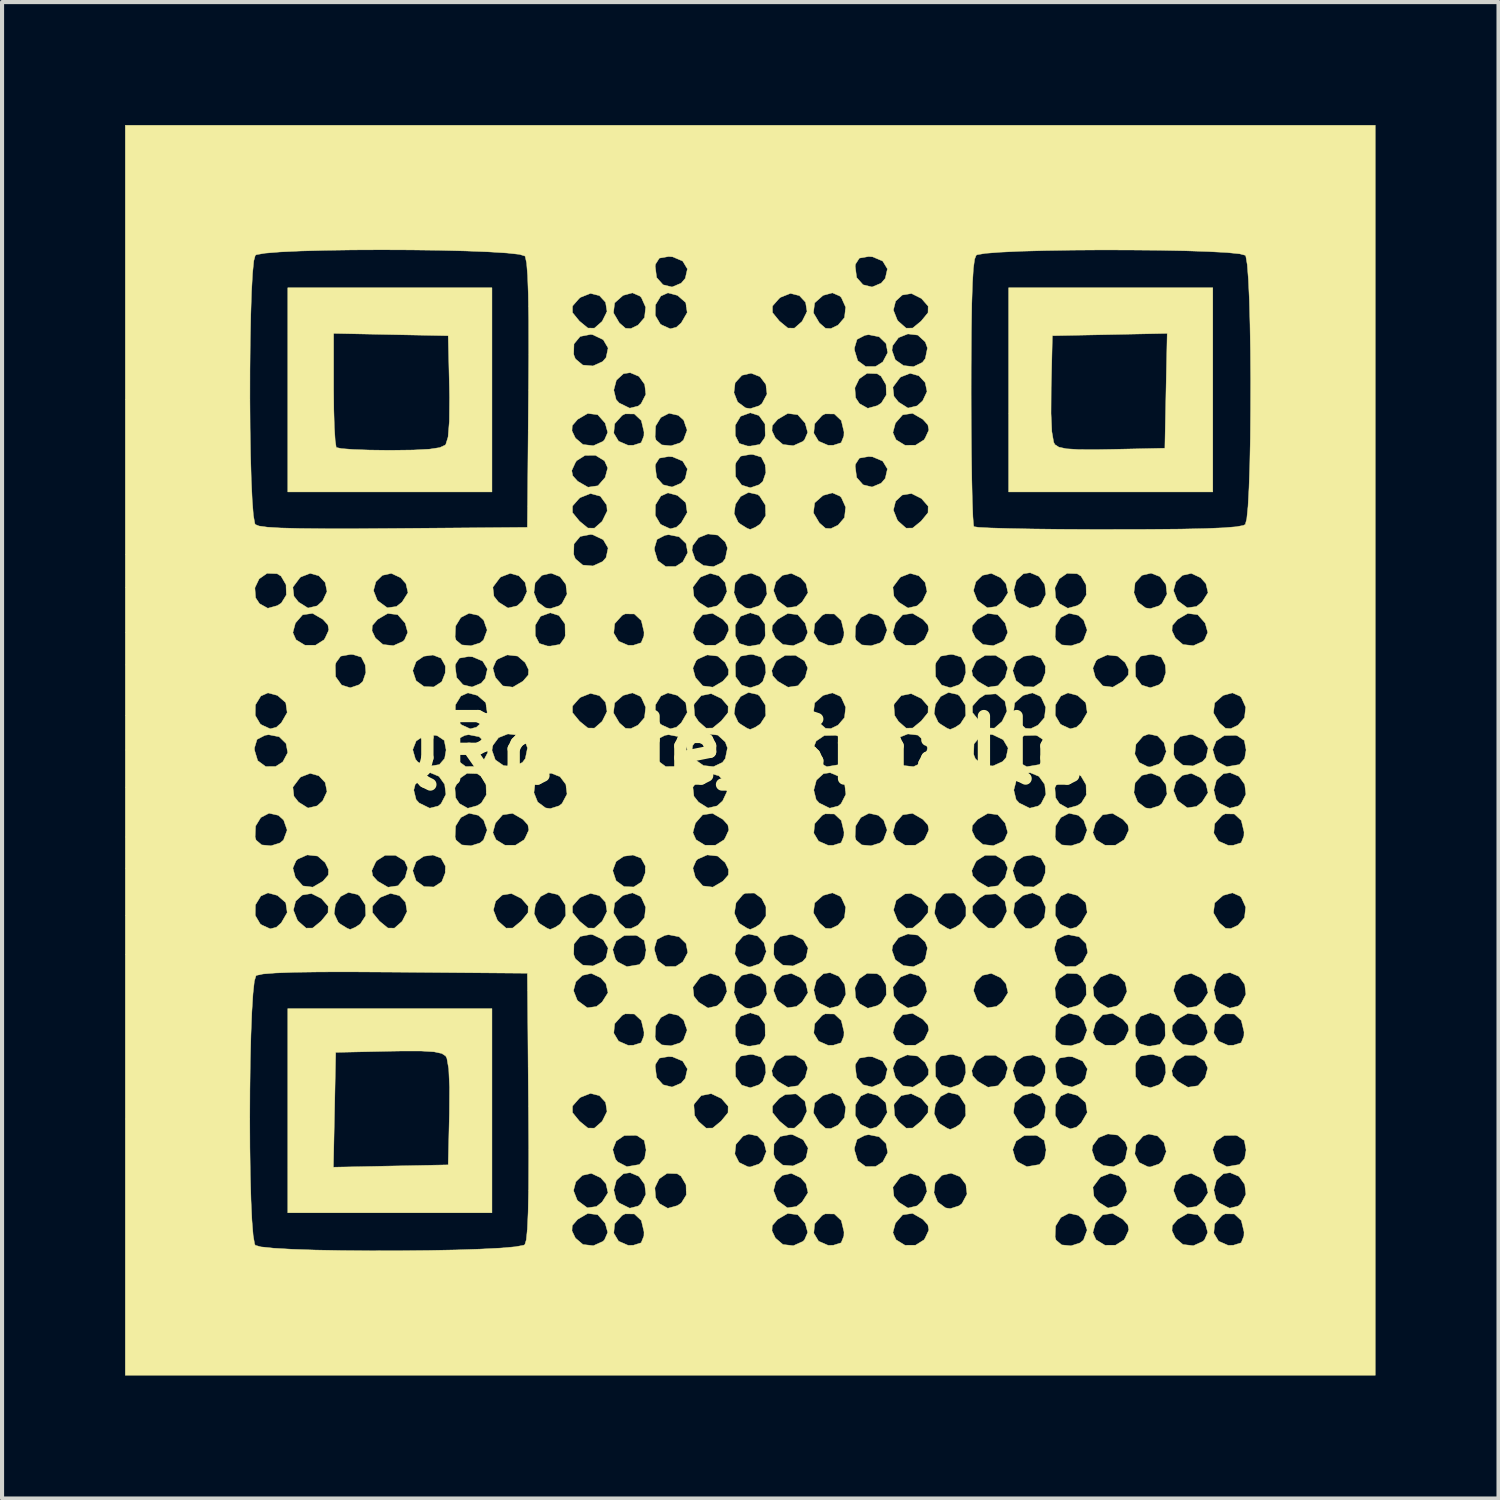
<source format=kicad_pcb>
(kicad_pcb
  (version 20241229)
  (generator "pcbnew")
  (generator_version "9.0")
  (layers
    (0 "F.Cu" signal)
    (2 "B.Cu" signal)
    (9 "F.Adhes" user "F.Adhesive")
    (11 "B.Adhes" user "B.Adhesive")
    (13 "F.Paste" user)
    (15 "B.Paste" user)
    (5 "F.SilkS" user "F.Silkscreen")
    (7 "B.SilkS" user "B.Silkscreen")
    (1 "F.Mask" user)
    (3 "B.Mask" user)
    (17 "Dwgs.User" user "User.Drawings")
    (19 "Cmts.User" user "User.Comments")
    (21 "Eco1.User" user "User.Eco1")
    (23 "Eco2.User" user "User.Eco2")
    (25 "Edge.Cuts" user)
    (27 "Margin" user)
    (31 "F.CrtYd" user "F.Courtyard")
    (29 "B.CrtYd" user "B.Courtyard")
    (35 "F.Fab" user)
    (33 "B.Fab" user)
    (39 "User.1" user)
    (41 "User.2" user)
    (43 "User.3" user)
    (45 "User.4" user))
  (footprint "QRcode_Smaller"
    (layer "F.Cu")
    (at 15.245 15.245)
    (property "Reference" "QRcode_Smaller" (at 0 0 0) (layer "F.SilkS") (effects (font (size 1.524 1.524) (thickness 0.3))))
    (attr through_hole)
    (fp_poly (pts (xy -6.299 11.278) (xy -11.278 11.278) (xy -11.278 10.166) (xy -10.166 10.166) (xy -8.766 10.137) (xy -7.366 10.109) (xy -7.337 8.853) (xy -7.333 8.215) (xy -7.353 7.77) (xy -7.398 7.512) (xy -7.428 7.454) (xy -7.524 7.392) (xy -7.71 7.352) (xy -8.017 7.333) (xy -8.477 7.332) (xy -8.829 7.338) (xy -10.109 7.366) (xy -10.137 8.766) (xy -10.166 10.166) (xy -11.278 10.166) (xy -11.278 6.299) (xy -6.299 6.299) (xy -6.299 11.278)) (stroke (width 0.01) (type solid)) (fill yes) (layer "F.SilkS"))
    (fp_poly (pts (xy 11.278 -6.299) (xy 6.299 -6.299) (xy 6.299 -8.215) (xy 7.333 -8.215) (xy 7.353 -7.77) (xy 7.398 -7.512) (xy 7.428 -7.454) (xy 7.524 -7.392) (xy 7.71 -7.352) (xy 8.017 -7.333) (xy 8.477 -7.332) (xy 8.829 -7.338) (xy 10.109 -7.366) (xy 10.137 -8.766) (xy 10.166 -10.166) (xy 8.766 -10.137) (xy 7.366 -10.109) (xy 7.337 -8.853) (xy 7.333 -8.215) (xy 6.299 -8.215) (xy 6.299 -11.278) (xy 11.278 -11.278) (xy 11.278 -6.299)) (stroke (width 0.01) (type solid)) (fill yes) (layer "F.SilkS"))
    (fp_poly (pts (xy -6.299 -6.299) (xy -11.278 -6.299) (xy -11.278 -8.808) (xy -10.16 -8.808) (xy -10.155 -8.302) (xy -10.142 -7.871) (xy -10.122 -7.555) (xy -10.098 -7.394) (xy -10.092 -7.383) (xy -9.97 -7.357) (xy -9.686 -7.335) (xy -9.283 -7.321) (xy -8.802 -7.315) (xy -8.784 -7.315) (xy -8.215 -7.322) (xy -7.821 -7.343) (xy -7.573 -7.381) (xy -7.442 -7.441) (xy -7.426 -7.456) (xy -7.369 -7.64) (xy -7.338 -8.023) (xy -7.333 -8.607) (xy -7.337 -8.853) (xy -7.366 -10.109) (xy -8.763 -10.137) (xy -10.16 -10.166) (xy -10.16 -8.808) (xy -11.278 -8.808) (xy -11.278 -11.278) (xy -6.299 -11.278) (xy -6.299 -6.299)) (stroke (width 0.01) (type solid)) (fill yes) (layer "F.SilkS"))
    (fp_poly (pts (xy 15.24 15.24) (xy -15.24 15.24) (xy -15.24 8.991) (xy -12.204 8.991) (xy -12.201 9.698) (xy -12.191 10.365) (xy -12.175 10.963) (xy -12.152 11.461) (xy -12.122 11.83) (xy -12.086 12.039) (xy -12.07 12.07) (xy -11.932 12.109) (xy -11.621 12.141) (xy -11.17 12.167) (xy -10.607 12.186) (xy -9.963 12.198) (xy -9.268 12.204) (xy -8.553 12.203) (xy -7.847 12.196) (xy -7.182 12.183) (xy -6.587 12.163) (xy -6.092 12.138) (xy -5.729 12.106) (xy -5.526 12.069) (xy -5.497 12.053) (xy -5.462 11.937) (xy -5.44 11.718) (xy -4.348 11.718) (xy -4.264 11.894) (xy -4.08 12.051) (xy -3.826 12.08) (xy -3.592 11.975) (xy -3.554 11.935) (xy -3.484 11.774) (xy -3.329 11.774) (xy -3.212 11.97) (xy -2.979 12.071) (xy -2.853 12.07) (xy -2.661 12.009) (xy -2.594 11.842) (xy -2.591 11.746) (xy -2.597 11.718) (xy 0.529 11.718) (xy 0.613 11.894) (xy 0.796 12.051) (xy 1.05 12.08) (xy 1.285 11.975) (xy 1.323 11.935) (xy 1.393 11.774) (xy 1.548 11.774) (xy 1.665 11.97) (xy 1.898 12.071) (xy 2.023 12.07) (xy 2.216 12.009) (xy 2.282 11.842) (xy 2.285 11.761) (xy 3.477 11.761) (xy 3.554 11.935) (xy 3.772 12.069) (xy 4.029 12.068) (xy 4.235 11.938) (xy 4.264 11.894) (xy 4.276 11.867) (xy 7.433 11.867) (xy 7.456 11.944) (xy 7.593 12.06) (xy 7.82 12.083) (xy 8.043 12.011) (xy 8.124 11.943) (xy 8.191 11.761) (xy 8.353 11.761) (xy 8.43 11.935) (xy 8.649 12.069) (xy 8.906 12.068) (xy 9.112 11.938) (xy 9.14 11.894) (xy 9.221 11.718) (xy 10.283 11.718) (xy 10.367 11.894) (xy 10.55 12.051) (xy 10.804 12.08) (xy 11.038 11.975) (xy 11.077 11.935) (xy 11.147 11.774) (xy 11.302 11.774) (xy 11.419 11.97) (xy 11.651 12.071) (xy 11.777 12.07) (xy 11.97 12.009) (xy 12.036 11.842) (xy 12.04 11.746) (xy 11.973 11.466) (xy 11.804 11.306) (xy 11.58 11.303) (xy 11.506 11.34) (xy 11.323 11.544) (xy 11.302 11.774) (xy 11.147 11.774) (xy 11.154 11.757) (xy 11.092 11.529) (xy 10.91 11.324) (xy 10.667 11.293) (xy 10.421 11.437) (xy 10.29 11.589) (xy 10.283 11.718) (xy 9.221 11.718) (xy 9.23 11.698) (xy 9.207 11.571) (xy 9.086 11.437) (xy 8.834 11.292) (xy 8.591 11.327) (xy 8.416 11.529) (xy 8.353 11.761) (xy 8.191 11.761) (xy 8.214 11.699) (xy 8.129 11.455) (xy 8.001 11.34) (xy 7.772 11.289) (xy 7.572 11.392) (xy 7.444 11.601) (xy 7.433 11.867) (xy 4.276 11.867) (xy 4.354 11.698) (xy 4.33 11.571) (xy 4.209 11.437) (xy 3.957 11.292) (xy 3.715 11.327) (xy 3.539 11.529) (xy 3.477 11.761) (xy 2.285 11.761) (xy 2.286 11.746) (xy 2.219 11.466) (xy 2.051 11.306) (xy 1.827 11.303) (xy 1.753 11.34) (xy 1.57 11.544) (xy 1.548 11.774) (xy 1.393 11.774) (xy 1.4 11.757) (xy 1.338 11.529) (xy 1.157 11.324) (xy 0.913 11.293) (xy 0.668 11.437) (xy 0.536 11.589) (xy 0.529 11.718) (xy -2.597 11.718) (xy -2.657 11.466) (xy -2.826 11.306) (xy -3.05 11.303) (xy -3.124 11.34) (xy -3.307 11.544) (xy -3.329 11.774) (xy -3.484 11.774) (xy -3.476 11.757) (xy -3.539 11.529) (xy -3.72 11.324) (xy -3.963 11.293) (xy -4.209 11.437) (xy -4.341 11.589) (xy -4.348 11.718) (xy -5.44 11.718) (xy -5.436 11.677) (xy -5.417 11.261) (xy -5.407 10.737) (xy -4.311 10.737) (xy -4.221 10.967) (xy -4.203 10.987) (xy -3.973 11.156) (xy -3.75 11.125) (xy -3.614 11.016) (xy -3.469 10.787) (xy -3.484 10.724) (xy -3.329 10.724) (xy -3.271 10.957) (xy -3.196 11.039) (xy -2.939 11.166) (xy -2.731 11.113) (xy -2.662 11.054) (xy -2.546 10.827) (xy -2.565 10.669) (xy -2.327 10.669) (xy -2.308 10.912) (xy -2.215 11.054) (xy -2.012 11.168) (xy -1.777 11.103) (xy -1.681 11.039) (xy -1.56 10.843) (xy -1.563 10.737) (xy 0.566 10.737) (xy 0.656 10.967) (xy 0.674 10.987) (xy 0.904 11.156) (xy 1.126 11.125) (xy 1.263 11.016) (xy 1.408 10.787) (xy 1.377 10.653) (xy 3.477 10.653) (xy 3.502 10.874) (xy 3.614 11.016) (xy 3.845 11.162) (xy 4.067 11.109) (xy 4.203 10.987) (xy 4.296 10.787) (xy 4.478 10.787) (xy 4.569 11.015) (xy 4.762 11.158) (xy 4.877 11.176) (xy 5.09 11.108) (xy 5.161 11.054) (xy 5.285 10.822) (xy 5.265 10.653) (xy 8.354 10.653) (xy 8.379 10.874) (xy 8.491 11.016) (xy 8.722 11.162) (xy 8.944 11.109) (xy 9.08 10.987) (xy 9.186 10.758) (xy 9.182 10.737) (xy 10.319 10.737) (xy 10.41 10.967) (xy 10.427 10.987) (xy 10.657 11.156) (xy 10.88 11.125) (xy 11.016 11.016) (xy 11.162 10.787) (xy 11.147 10.724) (xy 11.302 10.724) (xy 11.359 10.957) (xy 11.434 11.039) (xy 11.691 11.166) (xy 11.9 11.113) (xy 11.968 11.054) (xy 12.085 10.827) (xy 12.056 10.586) (xy 11.916 10.39) (xy 11.701 10.299) (xy 11.538 10.324) (xy 11.366 10.482) (xy 11.302 10.724) (xy 11.147 10.724) (xy 11.11 10.566) (xy 10.981 10.422) (xy 10.753 10.316) (xy 10.537 10.365) (xy 10.377 10.521) (xy 10.319 10.737) (xy 9.182 10.737) (xy 9.141 10.539) (xy 8.988 10.375) (xy 8.775 10.315) (xy 8.546 10.404) (xy 8.526 10.422) (xy 8.354 10.653) (xy 5.265 10.653) (xy 5.257 10.585) (xy 5.115 10.397) (xy 4.896 10.312) (xy 4.674 10.363) (xy 4.507 10.546) (xy 4.478 10.787) (xy 4.296 10.787) (xy 4.31 10.758) (xy 4.264 10.539) (xy 4.112 10.375) (xy 3.898 10.315) (xy 3.67 10.404) (xy 3.649 10.422) (xy 3.477 10.653) (xy 1.377 10.653) (xy 1.357 10.566) (xy 1.228 10.422) (xy 1 10.316) (xy 0.783 10.365) (xy 0.623 10.521) (xy 0.566 10.737) (xy -1.563 10.737) (xy -1.567 10.594) (xy -1.689 10.384) (xy -1.784 10.324) (xy -2.03 10.316) (xy -2.222 10.45) (xy -2.327 10.669) (xy -2.565 10.669) (xy -2.575 10.586) (xy -2.714 10.39) (xy -2.929 10.299) (xy -3.092 10.324) (xy -3.265 10.482) (xy -3.329 10.724) (xy -3.484 10.724) (xy -3.52 10.566) (xy -3.649 10.422) (xy -3.877 10.316) (xy -4.094 10.365) (xy -4.254 10.521) (xy -4.311 10.737) (xy -5.407 10.737) (xy -5.406 10.678) (xy -5.403 9.917) (xy -5.403 9.739) (xy -3.354 9.739) (xy -3.287 9.971) (xy -3.231 10.038) (xy -3.01 10.153) (xy -2.714 10.103) (xy -2.701 10.098) (xy -2.577 9.954) (xy -2.558 9.844) (xy -0.377 9.844) (xy -0.274 10.05) (xy -0.056 10.156) (xy 0 10.16) (xy 0.215 10.087) (xy 0.301 10.012) (xy 0.362 9.855) (xy 0.57 9.855) (xy 0.613 9.963) (xy 0.792 10.115) (xy 1.041 10.135) (xy 1.276 10.029) (xy 1.361 9.931) (xy 1.4 9.747) (xy 2.54 9.747) (xy 2.62 10.007) (xy 2.814 10.15) (xy 3.058 10.148) (xy 3.231 10.038) (xy 3.351 9.81) (xy 3.338 9.739) (xy 6.399 9.739) (xy 6.467 9.971) (xy 6.523 10.038) (xy 6.743 10.153) (xy 7.04 10.103) (xy 7.053 10.098) (xy 7.177 9.954) (xy 7.212 9.754) (xy 8.331 9.754) (xy 8.413 9.987) (xy 8.612 10.126) (xy 8.857 10.153) (xy 9.074 10.05) (xy 9.144 9.957) (xy 9.167 9.844) (xy 9.376 9.844) (xy 9.48 10.05) (xy 9.697 10.156) (xy 9.754 10.16) (xy 9.968 10.087) (xy 10.054 10.012) (xy 10.143 9.786) (xy 10.131 9.739) (xy 11.276 9.739) (xy 11.344 9.971) (xy 11.4 10.038) (xy 11.62 10.153) (xy 11.916 10.103) (xy 11.93 10.098) (xy 12.054 9.954) (xy 12.09 9.745) (xy 12.046 9.513) (xy 11.878 9.4) (xy 11.835 9.389) (xy 11.558 9.394) (xy 11.359 9.529) (xy 11.276 9.739) (xy 10.131 9.739) (xy 10.088 9.565) (xy 9.932 9.404) (xy 9.718 9.357) (xy 9.576 9.409) (xy 9.403 9.609) (xy 9.376 9.844) (xy 9.167 9.844) (xy 9.197 9.697) (xy 9.144 9.55) (xy 8.961 9.383) (xy 8.72 9.354) (xy 8.492 9.446) (xy 8.349 9.639) (xy 8.331 9.754) (xy 7.212 9.754) (xy 7.214 9.745) (xy 7.169 9.513) (xy 7.001 9.4) (xy 6.958 9.389) (xy 6.681 9.394) (xy 6.482 9.529) (xy 6.399 9.739) (xy 3.338 9.739) (xy 3.31 9.587) (xy 3.143 9.424) (xy 2.886 9.373) (xy 2.795 9.389) (xy 2.603 9.487) (xy 2.541 9.693) (xy 2.54 9.747) (xy 1.4 9.747) (xy 1.41 9.699) (xy 1.291 9.496) (xy 1.04 9.375) (xy 0.987 9.367) (xy 0.729 9.416) (xy 0.578 9.599) (xy 0.57 9.855) (xy 0.362 9.855) (xy 0.39 9.786) (xy 0.334 9.565) (xy 0.178 9.404) (xy -0.036 9.357) (xy -0.178 9.409) (xy -0.351 9.609) (xy -0.377 9.844) (xy -2.558 9.844) (xy -2.54 9.745) (xy -2.585 9.513) (xy -2.753 9.4) (xy -2.795 9.389) (xy -3.073 9.394) (xy -3.271 9.529) (xy -3.354 9.739) (xy -5.403 9.739) (xy -5.407 8.968) (xy -5.409 8.676) (xy -4.336 8.676) (xy -4.335 8.835) (xy -4.168 9.04) (xy -4.166 9.042) (xy -3.96 9.211) (xy -3.801 9.214) (xy -3.616 9.052) (xy -3.613 9.05) (xy -3.493 8.807) (xy -3.518 8.648) (xy -1.376 8.648) (xy -1.358 8.905) (xy -1.263 9.05) (xy -1.078 9.213) (xy -0.918 9.212) (xy -0.714 9.045) (xy -0.711 9.042) (xy -0.543 8.837) (xy -0.54 8.677) (xy -0.541 8.676) (xy 0.54 8.676) (xy 0.542 8.835) (xy 0.709 9.04) (xy 0.711 9.042) (xy 0.916 9.211) (xy 1.076 9.214) (xy 1.261 9.052) (xy 1.263 9.05) (xy 1.363 8.84) (xy 1.539 8.84) (xy 1.684 9.086) (xy 1.835 9.217) (xy 1.965 9.224) (xy 2.14 9.14) (xy 2.297 8.957) (xy 2.303 8.904) (xy 2.559 8.904) (xy 2.681 9.11) (xy 2.718 9.136) (xy 2.925 9.231) (xy 3.075 9.191) (xy 3.193 9.086) (xy 3.339 8.834) (xy 3.312 8.648) (xy 3.501 8.648) (xy 3.519 8.905) (xy 3.613 9.05) (xy 3.799 9.213) (xy 3.959 9.212) (xy 4.163 9.045) (xy 4.166 9.042) (xy 4.316 8.859) (xy 4.483 8.859) (xy 4.58 9.067) (xy 4.633 9.113) (xy 4.803 9.219) (xy 4.877 9.246) (xy 5 9.192) (xy 5.121 9.113) (xy 5.253 8.908) (xy 5.251 8.84) (xy 6.416 8.84) (xy 6.56 9.086) (xy 6.712 9.217) (xy 6.842 9.224) (xy 7.017 9.14) (xy 7.174 8.957) (xy 7.18 8.904) (xy 7.436 8.904) (xy 7.557 9.11) (xy 7.595 9.136) (xy 7.802 9.231) (xy 7.952 9.191) (xy 8.07 9.086) (xy 8.216 8.834) (xy 8.18 8.591) (xy 7.979 8.416) (xy 7.746 8.353) (xy 7.572 8.43) (xy 7.44 8.646) (xy 7.436 8.904) (xy 7.18 8.904) (xy 7.203 8.703) (xy 7.098 8.469) (xy 7.058 8.43) (xy 6.88 8.353) (xy 6.652 8.416) (xy 6.447 8.597) (xy 6.416 8.84) (xy 5.251 8.84) (xy 5.245 8.651) (xy 5.104 8.429) (xy 5.055 8.393) (xy 4.833 8.343) (xy 4.642 8.441) (xy 4.514 8.632) (xy 4.483 8.859) (xy 4.316 8.859) (xy 4.334 8.837) (xy 4.337 8.677) (xy 4.175 8.493) (xy 4.173 8.49) (xy 3.923 8.372) (xy 3.679 8.42) (xy 3.512 8.619) (xy 3.501 8.648) (xy 3.312 8.648) (xy 3.304 8.591) (xy 3.102 8.416) (xy 2.869 8.353) (xy 2.695 8.43) (xy 2.563 8.646) (xy 2.559 8.904) (xy 2.303 8.904) (xy 2.326 8.703) (xy 2.221 8.469) (xy 2.181 8.43) (xy 2.003 8.353) (xy 1.775 8.416) (xy 1.57 8.597) (xy 1.539 8.84) (xy 1.363 8.84) (xy 1.382 8.8) (xy 1.333 8.556) (xy 1.134 8.388) (xy 1.105 8.378) (xy 0.849 8.396) (xy 0.704 8.49) (xy 0.54 8.676) (xy -0.541 8.676) (xy -0.701 8.493) (xy -0.704 8.49) (xy -0.954 8.372) (xy -1.198 8.42) (xy -1.365 8.619) (xy -1.376 8.648) (xy -3.518 8.648) (xy -3.529 8.583) (xy -3.678 8.421) (xy -3.896 8.366) (xy -4.139 8.462) (xy -4.173 8.49) (xy -4.336 8.676) (xy -5.409 8.676) (xy -5.409 8.675) (xy -5.417 7.702) (xy -2.319 7.702) (xy -2.284 7.979) (xy -2.127 8.156) (xy -1.908 8.211) (xy -1.685 8.117) (xy -1.586 8.001) (xy -1.533 7.769) (xy -1.592 7.672) (xy -0.365 7.672) (xy -0.359 7.957) (xy -0.212 8.163) (xy 0 8.23) (xy 0.214 8.156) (xy 0.304 8.079) (xy 0.38 7.859) (xy 0.376 7.809) (xy 0.523 7.809) (xy 0.547 7.936) (xy 0.668 8.07) (xy 0.92 8.216) (xy 1.162 8.18) (xy 1.338 7.979) (xy 1.4 7.746) (xy 1.381 7.702) (xy 2.558 7.702) (xy 2.593 7.979) (xy 2.75 8.156) (xy 2.969 8.211) (xy 3.192 8.117) (xy 3.291 8.001) (xy 3.344 7.769) (xy 3.332 7.75) (xy 3.476 7.75) (xy 3.539 7.979) (xy 3.72 8.183) (xy 3.963 8.214) (xy 4.209 8.07) (xy 4.341 7.918) (xy 4.348 7.789) (xy 4.292 7.672) (xy 4.512 7.672) (xy 4.518 7.957) (xy 4.664 8.163) (xy 4.877 8.23) (xy 5.09 8.156) (xy 5.181 8.079) (xy 5.256 7.859) (xy 5.253 7.809) (xy 5.4 7.809) (xy 5.423 7.936) (xy 5.544 8.07) (xy 5.796 8.216) (xy 6.039 8.18) (xy 6.215 7.979) (xy 6.258 7.815) (xy 6.401 7.815) (xy 6.481 8.059) (xy 6.675 8.199) (xy 6.913 8.21) (xy 7.107 8.083) (xy 7.192 7.869) (xy 7.196 7.702) (xy 7.434 7.702) (xy 7.47 7.979) (xy 7.626 8.156) (xy 7.846 8.211) (xy 8.069 8.117) (xy 8.168 8.001) (xy 8.22 7.769) (xy 8.162 7.672) (xy 9.389 7.672) (xy 9.395 7.957) (xy 9.541 8.163) (xy 9.754 8.23) (xy 9.967 8.156) (xy 10.057 8.079) (xy 10.133 7.859) (xy 10.129 7.809) (xy 10.277 7.809) (xy 10.3 7.936) (xy 10.421 8.07) (xy 10.673 8.216) (xy 10.916 8.18) (xy 11.092 7.979) (xy 11.154 7.746) (xy 11.077 7.572) (xy 10.859 7.438) (xy 10.601 7.439) (xy 10.395 7.569) (xy 10.367 7.613) (xy 10.277 7.809) (xy 10.129 7.809) (xy 10.119 7.672) (xy 10.022 7.482) (xy 9.821 7.419) (xy 9.754 7.417) (xy 9.519 7.458) (xy 9.405 7.615) (xy 9.389 7.672) (xy 8.162 7.672) (xy 8.106 7.578) (xy 7.859 7.475) (xy 7.761 7.468) (xy 7.537 7.506) (xy 7.443 7.653) (xy 7.434 7.702) (xy 7.196 7.702) (xy 7.091 7.508) (xy 6.893 7.43) (xy 6.668 7.461) (xy 6.482 7.589) (xy 6.401 7.805) (xy 6.401 7.815) (xy 6.258 7.815) (xy 6.277 7.746) (xy 6.2 7.572) (xy 5.982 7.438) (xy 5.724 7.439) (xy 5.518 7.569) (xy 5.49 7.613) (xy 5.4 7.809) (xy 5.253 7.809) (xy 5.242 7.672) (xy 5.145 7.482) (xy 4.944 7.419) (xy 4.877 7.417) (xy 4.642 7.458) (xy 4.528 7.615) (xy 4.512 7.672) (xy 4.292 7.672) (xy 4.264 7.613) (xy 4.08 7.456) (xy 3.826 7.427) (xy 3.592 7.532) (xy 3.554 7.572) (xy 3.476 7.75) (xy 3.332 7.75) (xy 3.229 7.578) (xy 2.983 7.475) (xy 2.885 7.468) (xy 2.66 7.506) (xy 2.566 7.653) (xy 2.558 7.702) (xy 1.381 7.702) (xy 1.323 7.572) (xy 1.105 7.438) (xy 0.848 7.439) (xy 0.642 7.569) (xy 0.613 7.613) (xy 0.523 7.809) (xy 0.376 7.809) (xy 0.365 7.672) (xy 0.269 7.482) (xy 0.067 7.419) (xy 0 7.417) (xy -0.235 7.458) (xy -0.349 7.615) (xy -0.365 7.672) (xy -1.592 7.672) (xy -1.648 7.578) (xy -1.894 7.475) (xy -1.992 7.468) (xy -2.217 7.506) (xy -2.31 7.653) (xy -2.319 7.702) (xy -5.417 7.702) (xy -5.423 6.897) (xy -3.329 6.897) (xy -3.212 7.093) (xy -2.979 7.194) (xy -2.853 7.193) (xy -2.661 7.132) (xy -2.604 6.99) (xy -2.321 6.99) (xy -2.298 7.067) (xy -2.16 7.183) (xy -1.934 7.206) (xy -1.71 7.134) (xy -1.63 7.066) (xy -1.54 6.822) (xy -1.581 6.705) (xy -0.368 6.705) (xy -0.365 6.958) (xy -0.269 7.149) (xy -0.067 7.212) (xy 0 7.214) (xy 0.235 7.172) (xy 0.349 7.015) (xy 0.365 6.958) (xy 0.364 6.897) (xy 1.548 6.897) (xy 1.665 7.093) (xy 1.898 7.194) (xy 2.023 7.193) (xy 2.216 7.132) (xy 2.282 6.965) (xy 2.285 6.885) (xy 3.477 6.885) (xy 3.554 7.058) (xy 3.772 7.192) (xy 4.029 7.191) (xy 4.235 7.061) (xy 4.264 7.017) (xy 4.276 6.99) (xy 7.433 6.99) (xy 7.456 7.067) (xy 7.593 7.183) (xy 7.82 7.206) (xy 8.043 7.134) (xy 8.124 7.066) (xy 8.191 6.885) (xy 8.353 6.885) (xy 8.43 7.058) (xy 8.649 7.192) (xy 8.906 7.191) (xy 9.112 7.061) (xy 9.14 7.017) (xy 9.23 6.821) (xy 9.209 6.705) (xy 9.386 6.705) (xy 9.389 6.958) (xy 9.485 7.149) (xy 9.686 7.212) (xy 9.754 7.214) (xy 9.988 7.172) (xy 10.102 7.015) (xy 10.119 6.958) (xy 10.116 6.842) (xy 10.283 6.842) (xy 10.367 7.017) (xy 10.55 7.174) (xy 10.804 7.203) (xy 11.038 7.098) (xy 11.077 7.058) (xy 11.147 6.897) (xy 11.302 6.897) (xy 11.419 7.093) (xy 11.651 7.194) (xy 11.777 7.193) (xy 11.97 7.132) (xy 12.036 6.965) (xy 12.04 6.869) (xy 11.973 6.589) (xy 11.804 6.43) (xy 11.58 6.426) (xy 11.506 6.463) (xy 11.323 6.667) (xy 11.302 6.897) (xy 11.147 6.897) (xy 11.154 6.88) (xy 11.092 6.652) (xy 10.91 6.447) (xy 10.667 6.416) (xy 10.421 6.56) (xy 10.29 6.712) (xy 10.283 6.842) (xy 10.116 6.842) (xy 10.112 6.673) (xy 9.966 6.468) (xy 9.754 6.401) (xy 9.517 6.487) (xy 9.386 6.705) (xy 9.209 6.705) (xy 9.207 6.695) (xy 9.086 6.56) (xy 8.834 6.415) (xy 8.591 6.45) (xy 8.416 6.652) (xy 8.353 6.885) (xy 8.191 6.885) (xy 8.214 6.822) (xy 8.129 6.578) (xy 8.001 6.463) (xy 7.772 6.412) (xy 7.572 6.516) (xy 7.444 6.725) (xy 7.433 6.99) (xy 4.276 6.99) (xy 4.354 6.821) (xy 4.33 6.695) (xy 4.209 6.56) (xy 3.957 6.415) (xy 3.715 6.45) (xy 3.539 6.652) (xy 3.477 6.885) (xy 2.285 6.885) (xy 2.286 6.869) (xy 2.219 6.589) (xy 2.051 6.43) (xy 1.827 6.426) (xy 1.753 6.463) (xy 1.57 6.667) (xy 1.548 6.897) (xy 0.364 6.897) (xy 0.359 6.673) (xy 0.212 6.468) (xy 0 6.401) (xy -0.237 6.487) (xy -0.368 6.705) (xy -1.581 6.705) (xy -1.625 6.578) (xy -1.753 6.463) (xy -1.981 6.412) (xy -2.182 6.516) (xy -2.309 6.725) (xy -2.321 6.99) (xy -2.604 6.99) (xy -2.594 6.965) (xy -2.591 6.869) (xy -2.657 6.589) (xy -2.826 6.43) (xy -3.05 6.426) (xy -3.124 6.463) (xy -3.307 6.667) (xy -3.329 6.897) (xy -5.423 6.897) (xy -5.432 5.86) (xy -4.311 5.86) (xy -4.221 6.09) (xy -4.203 6.111) (xy -3.973 6.279) (xy -3.75 6.248) (xy -3.614 6.14) (xy -3.469 5.91) (xy -3.5 5.776) (xy -1.4 5.776) (xy -1.375 5.997) (xy -1.263 6.14) (xy -1.032 6.285) (xy -0.809 6.232) (xy -0.674 6.111) (xy -0.58 5.91) (xy -0.399 5.91) (xy -0.308 6.138) (xy -0.115 6.281) (xy 0 6.299) (xy 0.213 6.231) (xy 0.284 6.177) (xy 0.408 5.945) (xy 0.398 5.86) (xy 0.566 5.86) (xy 0.656 6.09) (xy 0.674 6.111) (xy 0.904 6.279) (xy 1.126 6.248) (xy 1.263 6.14) (xy 1.408 5.91) (xy 1.393 5.847) (xy 1.548 5.847) (xy 1.606 6.081) (xy 1.681 6.163) (xy 1.937 6.289) (xy 2.146 6.236) (xy 2.215 6.177) (xy 2.331 5.95) (xy 2.312 5.792) (xy 2.55 5.792) (xy 2.568 6.035) (xy 2.662 6.177) (xy 2.865 6.291) (xy 3.1 6.226) (xy 3.196 6.163) (xy 3.317 5.966) (xy 3.312 5.776) (xy 3.477 5.776) (xy 3.502 5.997) (xy 3.614 6.14) (xy 3.845 6.285) (xy 4.067 6.232) (xy 4.203 6.111) (xy 4.31 5.881) (xy 4.305 5.86) (xy 5.442 5.86) (xy 5.533 6.09) (xy 5.55 6.111) (xy 5.78 6.279) (xy 6.003 6.248) (xy 6.14 6.14) (xy 6.285 5.91) (xy 6.257 5.792) (xy 7.427 5.792) (xy 7.445 6.035) (xy 7.539 6.177) (xy 7.742 6.291) (xy 7.977 6.226) (xy 8.073 6.163) (xy 8.194 5.966) (xy 8.188 5.776) (xy 8.354 5.776) (xy 8.379 5.997) (xy 8.491 6.14) (xy 8.722 6.285) (xy 8.944 6.232) (xy 9.08 6.111) (xy 9.186 5.881) (xy 9.182 5.86) (xy 10.319 5.86) (xy 10.41 6.09) (xy 10.427 6.111) (xy 10.657 6.279) (xy 10.88 6.248) (xy 11.016 6.14) (xy 11.162 5.91) (xy 11.147 5.847) (xy 11.302 5.847) (xy 11.359 6.081) (xy 11.434 6.163) (xy 11.691 6.289) (xy 11.9 6.236) (xy 11.968 6.177) (xy 12.085 5.95) (xy 12.056 5.709) (xy 11.916 5.513) (xy 11.701 5.422) (xy 11.538 5.447) (xy 11.366 5.605) (xy 11.302 5.847) (xy 11.147 5.847) (xy 11.11 5.689) (xy 10.981 5.545) (xy 10.753 5.44) (xy 10.537 5.488) (xy 10.377 5.644) (xy 10.319 5.86) (xy 9.182 5.86) (xy 9.141 5.662) (xy 8.988 5.499) (xy 8.775 5.438) (xy 8.546 5.527) (xy 8.526 5.545) (xy 8.354 5.776) (xy 8.188 5.776) (xy 8.187 5.717) (xy 8.065 5.507) (xy 7.969 5.447) (xy 7.724 5.439) (xy 7.532 5.573) (xy 7.427 5.792) (xy 6.257 5.792) (xy 6.233 5.689) (xy 6.104 5.545) (xy 5.877 5.44) (xy 5.66 5.488) (xy 5.5 5.644) (xy 5.442 5.86) (xy 4.305 5.86) (xy 4.264 5.662) (xy 4.112 5.499) (xy 3.898 5.438) (xy 3.67 5.527) (xy 3.649 5.545) (xy 3.477 5.776) (xy 3.312 5.776) (xy 3.31 5.717) (xy 3.188 5.507) (xy 3.092 5.447) (xy 2.847 5.439) (xy 2.655 5.573) (xy 2.55 5.792) (xy 2.312 5.792) (xy 2.302 5.709) (xy 2.162 5.513) (xy 1.947 5.422) (xy 1.784 5.447) (xy 1.612 5.605) (xy 1.548 5.847) (xy 1.393 5.847) (xy 1.357 5.689) (xy 1.228 5.545) (xy 1 5.44) (xy 0.783 5.488) (xy 0.623 5.644) (xy 0.566 5.86) (xy 0.398 5.86) (xy 0.38 5.708) (xy 0.238 5.52) (xy 0.02 5.435) (xy -0.203 5.486) (xy -0.37 5.669) (xy -0.399 5.91) (xy -0.58 5.91) (xy -0.567 5.881) (xy -0.613 5.662) (xy -0.765 5.499) (xy -0.978 5.438) (xy -1.207 5.527) (xy -1.228 5.545) (xy -1.4 5.776) (xy -3.5 5.776) (xy -3.52 5.689) (xy -3.649 5.545) (xy -3.877 5.44) (xy -4.094 5.488) (xy -4.254 5.644) (xy -4.311 5.86) (xy -5.432 5.86) (xy -5.436 5.436) (xy -8.675 5.409) (xy -9.678 5.403) (xy -10.489 5.404) (xy -11.119 5.413) (xy -11.579 5.43) (xy -11.881 5.454) (xy -12.035 5.487) (xy -12.053 5.497) (xy -12.093 5.629) (xy -12.126 5.934) (xy -12.154 6.381) (xy -12.176 6.941) (xy -12.192 7.583) (xy -12.201 8.276) (xy -12.204 8.991) (xy -15.24 8.991) (xy -15.24 4.979) (xy -4.307 4.979) (xy -4.264 5.086) (xy -4.085 5.238) (xy -3.836 5.259) (xy -3.601 5.152) (xy -3.516 5.055) (xy -3.475 4.862) (xy -3.354 4.862) (xy -3.287 5.094) (xy -3.231 5.161) (xy -3.01 5.276) (xy -2.714 5.227) (xy -2.701 5.222) (xy -2.577 5.077) (xy -2.54 4.87) (xy -2.337 4.87) (xy -2.257 5.13) (xy -2.063 5.273) (xy -1.818 5.271) (xy -1.646 5.161) (xy -1.544 4.968) (xy -0.377 4.968) (xy -0.274 5.173) (xy -0.056 5.28) (xy 0 5.283) (xy 0.215 5.21) (xy 0.301 5.136) (xy 0.362 4.979) (xy 0.57 4.979) (xy 0.613 5.086) (xy 0.792 5.238) (xy 1.041 5.259) (xy 1.276 5.152) (xy 1.361 5.055) (xy 1.398 4.877) (xy 3.454 4.877) (xy 3.537 5.11) (xy 3.736 5.249) (xy 3.98 5.276) (xy 4.197 5.173) (xy 4.267 5.08) (xy 4.31 4.87) (xy 7.417 4.87) (xy 7.496 5.13) (xy 7.691 5.273) (xy 7.935 5.271) (xy 8.108 5.161) (xy 8.228 4.933) (xy 8.187 4.711) (xy 8.02 4.547) (xy 7.763 4.497) (xy 7.672 4.512) (xy 7.48 4.611) (xy 7.418 4.816) (xy 7.417 4.87) (xy 4.31 4.87) (xy 4.32 4.82) (xy 4.267 4.674) (xy 4.085 4.507) (xy 3.843 4.478) (xy 3.615 4.569) (xy 3.472 4.762) (xy 3.454 4.877) (xy 1.398 4.877) (xy 1.41 4.822) (xy 1.291 4.619) (xy 1.04 4.498) (xy 0.987 4.49) (xy 0.729 4.539) (xy 0.578 4.722) (xy 0.57 4.979) (xy 0.362 4.979) (xy 0.39 4.909) (xy 0.334 4.688) (xy 0.178 4.527) (xy -0.036 4.48) (xy -0.178 4.533) (xy -0.351 4.732) (xy -0.377 4.968) (xy -1.544 4.968) (xy -1.525 4.933) (xy -1.566 4.711) (xy -1.734 4.547) (xy -1.991 4.497) (xy -2.081 4.512) (xy -2.274 4.611) (xy -2.336 4.816) (xy -2.337 4.87) (xy -2.54 4.87) (xy -2.54 4.868) (xy -2.585 4.636) (xy -2.753 4.524) (xy -2.795 4.512) (xy -3.073 4.517) (xy -3.271 4.652) (xy -3.354 4.862) (xy -3.475 4.862) (xy -3.467 4.822) (xy -3.585 4.619) (xy -3.837 4.498) (xy -3.89 4.49) (xy -4.148 4.539) (xy -4.299 4.722) (xy -4.307 4.979) (xy -15.24 4.979) (xy -15.24 4.027) (xy -12.071 4.027) (xy -11.95 4.233) (xy -11.913 4.259) (xy -11.705 4.354) (xy -11.556 4.315) (xy -11.437 4.209) (xy -11.292 3.957) (xy -11.3 3.896) (xy -11.141 3.896) (xy -11.045 4.139) (xy -11.017 4.173) (xy -10.831 4.336) (xy -10.672 4.335) (xy -10.467 4.168) (xy -10.465 4.166) (xy -10.314 3.982) (xy -10.147 3.982) (xy -10.05 4.19) (xy -9.998 4.236) (xy -9.827 4.342) (xy -9.754 4.369) (xy -9.63 4.315) (xy -9.509 4.236) (xy -9.377 4.031) (xy -9.385 3.799) (xy -9.213 3.799) (xy -9.212 3.959) (xy -9.045 4.163) (xy -9.042 4.166) (xy -8.837 4.334) (xy -8.677 4.337) (xy -8.493 4.175) (xy -8.49 4.173) (xy -8.369 3.931) (xy -8.375 3.896) (xy -6.264 3.896) (xy -6.169 4.139) (xy -6.14 4.173) (xy -5.955 4.336) (xy -5.795 4.335) (xy -5.591 4.168) (xy -5.588 4.166) (xy -5.437 3.982) (xy -5.271 3.982) (xy -5.173 4.19) (xy -5.121 4.236) (xy -4.951 4.342) (xy -4.877 4.369) (xy -4.754 4.315) (xy -4.633 4.236) (xy -4.5 4.031) (xy -4.508 3.799) (xy -4.336 3.799) (xy -4.335 3.959) (xy -4.168 4.163) (xy -4.166 4.166) (xy -3.96 4.334) (xy -3.801 4.337) (xy -3.616 4.175) (xy -3.613 4.173) (xy -3.509 3.963) (xy -3.337 3.963) (xy -3.193 4.209) (xy -3.042 4.341) (xy -2.912 4.348) (xy -2.737 4.264) (xy -2.579 4.08) (xy -2.567 3.975) (xy -0.387 3.975) (xy -0.287 4.199) (xy -0.244 4.236) (xy -0.074 4.342) (xy 0 4.369) (xy 0.123 4.315) (xy 0.244 4.236) (xy 0.382 4.042) (xy 0.382 3.963) (xy 1.539 3.963) (xy 1.684 4.209) (xy 1.835 4.341) (xy 1.965 4.348) (xy 2.14 4.264) (xy 2.297 4.08) (xy 2.318 3.896) (xy 3.492 3.896) (xy 3.592 4.148) (xy 3.613 4.173) (xy 3.799 4.336) (xy 3.959 4.335) (xy 4.163 4.168) (xy 4.166 4.166) (xy 4.322 3.975) (xy 4.49 3.975) (xy 4.59 4.199) (xy 4.633 4.236) (xy 4.803 4.342) (xy 4.877 4.369) (xy 5 4.315) (xy 5.121 4.236) (xy 5.258 4.042) (xy 5.259 3.815) (xy 5.25 3.799) (xy 5.417 3.799) (xy 5.419 3.959) (xy 5.585 4.163) (xy 5.588 4.166) (xy 5.793 4.334) (xy 5.953 4.337) (xy 6.138 4.175) (xy 6.14 4.173) (xy 6.24 3.963) (xy 6.416 3.963) (xy 6.56 4.209) (xy 6.712 4.341) (xy 6.842 4.348) (xy 7.017 4.264) (xy 7.174 4.08) (xy 7.18 4.027) (xy 7.436 4.027) (xy 7.557 4.233) (xy 7.595 4.259) (xy 7.802 4.354) (xy 7.952 4.315) (xy 8.07 4.209) (xy 8.212 3.963) (xy 11.293 3.963) (xy 11.437 4.209) (xy 11.589 4.341) (xy 11.718 4.348) (xy 11.894 4.264) (xy 12.051 4.08) (xy 12.08 3.826) (xy 11.975 3.592) (xy 11.935 3.554) (xy 11.757 3.476) (xy 11.529 3.539) (xy 11.324 3.72) (xy 11.293 3.963) (xy 8.212 3.963) (xy 8.216 3.957) (xy 8.18 3.715) (xy 7.979 3.539) (xy 7.746 3.477) (xy 7.572 3.554) (xy 7.44 3.769) (xy 7.436 4.027) (xy 7.18 4.027) (xy 7.203 3.826) (xy 7.098 3.592) (xy 7.058 3.554) (xy 6.88 3.476) (xy 6.652 3.539) (xy 6.447 3.72) (xy 6.416 3.963) (xy 6.24 3.963) (xy 6.259 3.923) (xy 6.21 3.679) (xy 6.011 3.512) (xy 5.982 3.501) (xy 5.726 3.519) (xy 5.581 3.613) (xy 5.417 3.799) (xy 5.25 3.799) (xy 5.154 3.609) (xy 4.977 3.481) (xy 4.76 3.485) (xy 4.699 3.516) (xy 4.529 3.718) (xy 4.49 3.975) (xy 4.322 3.975) (xy 4.334 3.96) (xy 4.337 3.801) (xy 4.175 3.616) (xy 4.173 3.613) (xy 3.921 3.489) (xy 3.772 3.501) (xy 3.558 3.656) (xy 3.492 3.896) (xy 2.318 3.896) (xy 2.326 3.826) (xy 2.221 3.592) (xy 2.181 3.554) (xy 2.003 3.476) (xy 1.775 3.539) (xy 1.57 3.72) (xy 1.539 3.963) (xy 0.382 3.963) (xy 0.382 3.815) (xy 0.277 3.609) (xy 0.1 3.481) (xy -0.117 3.485) (xy -0.178 3.516) (xy -0.348 3.718) (xy -0.387 3.975) (xy -2.567 3.975) (xy -2.551 3.826) (xy -2.655 3.592) (xy -2.695 3.554) (xy -2.873 3.476) (xy -3.102 3.539) (xy -3.307 3.72) (xy -3.337 3.963) (xy -3.509 3.963) (xy -3.493 3.931) (xy -3.529 3.706) (xy -3.678 3.544) (xy -3.896 3.489) (xy -4.139 3.585) (xy -4.173 3.613) (xy -4.336 3.799) (xy -4.508 3.799) (xy -4.509 3.774) (xy -4.65 3.552) (xy -4.699 3.516) (xy -4.921 3.466) (xy -5.112 3.564) (xy -5.239 3.755) (xy -5.271 3.982) (xy -5.437 3.982) (xy -5.419 3.96) (xy -5.416 3.801) (xy -5.578 3.616) (xy -5.581 3.613) (xy -5.823 3.493) (xy -6.047 3.529) (xy -6.209 3.678) (xy -6.264 3.896) (xy -8.375 3.896) (xy -8.406 3.706) (xy -8.555 3.544) (xy -8.773 3.489) (xy -9.016 3.585) (xy -9.05 3.613) (xy -9.213 3.799) (xy -9.385 3.799) (xy -9.385 3.774) (xy -9.526 3.552) (xy -9.576 3.516) (xy -9.798 3.466) (xy -9.989 3.564) (xy -10.116 3.755) (xy -10.147 3.982) (xy -10.314 3.982) (xy -10.296 3.96) (xy -10.293 3.801) (xy -10.455 3.616) (xy -10.458 3.613) (xy -10.7 3.493) (xy -10.924 3.529) (xy -11.086 3.678) (xy -11.141 3.896) (xy -11.3 3.896) (xy -11.327 3.715) (xy -11.529 3.539) (xy -11.761 3.477) (xy -11.935 3.554) (xy -12.067 3.769) (xy -12.071 4.027) (xy -15.24 4.027) (xy -15.24 2.873) (xy -11.154 2.873) (xy -11.092 3.102) (xy -10.91 3.307) (xy -10.667 3.337) (xy -10.421 3.193) (xy -10.29 3.042) (xy -10.284 2.933) (xy -9.23 2.933) (xy -9.207 3.059) (xy -9.086 3.193) (xy -8.834 3.339) (xy -8.591 3.304) (xy -8.416 3.102) (xy -8.372 2.939) (xy -8.23 2.939) (xy -8.149 3.182) (xy -7.955 3.323) (xy -7.718 3.333) (xy -7.523 3.206) (xy -7.439 2.992) (xy -7.437 2.939) (xy -3.353 2.939) (xy -3.272 3.182) (xy -3.078 3.323) (xy -2.841 3.333) (xy -2.646 3.206) (xy -2.562 2.992) (xy -2.559 2.873) (xy -1.4 2.873) (xy -1.338 3.102) (xy -1.157 3.307) (xy -0.913 3.337) (xy -0.668 3.193) (xy -0.536 3.042) (xy -0.53 2.933) (xy 5.4 2.933) (xy 5.423 3.059) (xy 5.544 3.193) (xy 5.796 3.339) (xy 6.039 3.304) (xy 6.215 3.102) (xy 6.258 2.939) (xy 6.401 2.939) (xy 6.481 3.182) (xy 6.675 3.323) (xy 6.913 3.333) (xy 7.107 3.206) (xy 7.192 2.992) (xy 7.196 2.825) (xy 7.091 2.631) (xy 6.893 2.554) (xy 6.668 2.584) (xy 6.482 2.712) (xy 6.401 2.929) (xy 6.401 2.939) (xy 6.258 2.939) (xy 6.277 2.869) (xy 6.2 2.695) (xy 5.982 2.562) (xy 5.724 2.562) (xy 5.518 2.693) (xy 5.49 2.737) (xy 5.4 2.933) (xy -0.53 2.933) (xy -0.529 2.912) (xy -0.613 2.737) (xy -0.796 2.579) (xy -1.05 2.551) (xy -1.285 2.655) (xy -1.323 2.695) (xy -1.4 2.873) (xy -2.559 2.873) (xy -2.558 2.825) (xy -2.662 2.631) (xy -2.86 2.554) (xy -3.085 2.584) (xy -3.272 2.712) (xy -3.353 2.929) (xy -3.353 2.939) (xy -7.437 2.939) (xy -7.434 2.825) (xy -7.539 2.631) (xy -7.737 2.554) (xy -7.962 2.584) (xy -8.148 2.712) (xy -8.229 2.929) (xy -8.23 2.939) (xy -8.372 2.939) (xy -8.353 2.869) (xy -8.43 2.695) (xy -8.649 2.562) (xy -8.906 2.562) (xy -9.112 2.693) (xy -9.14 2.737) (xy -9.23 2.933) (xy -10.284 2.933) (xy -10.283 2.912) (xy -10.367 2.737) (xy -10.55 2.579) (xy -10.804 2.551) (xy -11.038 2.655) (xy -11.077 2.695) (xy -11.154 2.873) (xy -15.24 2.873) (xy -15.24 2.114) (xy -12.074 2.114) (xy -12.051 2.19) (xy -11.914 2.307) (xy -11.688 2.329) (xy -11.464 2.258) (xy -11.383 2.189) (xy -11.355 2.114) (xy -7.198 2.114) (xy -7.175 2.19) (xy -7.037 2.307) (xy -6.811 2.329) (xy -6.587 2.258) (xy -6.506 2.189) (xy -6.439 2.008) (xy -6.277 2.008) (xy -6.2 2.181) (xy -5.982 2.315) (xy -5.724 2.314) (xy -5.518 2.184) (xy -5.49 2.14) (xy -5.429 2.008) (xy -1.4 2.008) (xy -1.323 2.181) (xy -1.105 2.315) (xy -0.848 2.314) (xy -0.642 2.184) (xy -0.613 2.14) (xy -0.558 2.02) (xy 1.548 2.02) (xy 1.665 2.216) (xy 1.898 2.317) (xy 2.023 2.317) (xy 2.216 2.255) (xy 2.272 2.114) (xy 2.556 2.114) (xy 2.579 2.19) (xy 2.717 2.307) (xy 2.943 2.329) (xy 3.167 2.258) (xy 3.247 2.189) (xy 3.314 2.008) (xy 3.477 2.008) (xy 3.554 2.181) (xy 3.772 2.315) (xy 4.029 2.314) (xy 4.235 2.184) (xy 4.264 2.14) (xy 4.344 1.965) (xy 5.406 1.965) (xy 5.49 2.14) (xy 5.673 2.297) (xy 5.927 2.326) (xy 6.162 2.221) (xy 6.2 2.181) (xy 6.229 2.114) (xy 7.433 2.114) (xy 7.456 2.19) (xy 7.593 2.307) (xy 7.82 2.329) (xy 8.043 2.258) (xy 8.124 2.189) (xy 8.191 2.008) (xy 8.353 2.008) (xy 8.43 2.181) (xy 8.649 2.315) (xy 8.906 2.314) (xy 9.112 2.184) (xy 9.14 2.14) (xy 9.195 2.02) (xy 11.302 2.02) (xy 11.419 2.216) (xy 11.651 2.317) (xy 11.777 2.317) (xy 11.97 2.255) (xy 12.036 2.089) (xy 12.04 1.992) (xy 11.973 1.712) (xy 11.804 1.553) (xy 11.58 1.549) (xy 11.506 1.586) (xy 11.323 1.79) (xy 11.302 2.02) (xy 9.195 2.02) (xy 9.23 1.944) (xy 9.207 1.818) (xy 9.086 1.684) (xy 8.834 1.538) (xy 8.591 1.573) (xy 8.416 1.775) (xy 8.353 2.008) (xy 8.191 2.008) (xy 8.214 1.945) (xy 8.129 1.701) (xy 8.001 1.586) (xy 7.772 1.535) (xy 7.572 1.639) (xy 7.444 1.848) (xy 7.433 2.114) (xy 6.229 2.114) (xy 6.277 2.003) (xy 6.215 1.775) (xy 6.034 1.57) (xy 5.79 1.539) (xy 5.544 1.684) (xy 5.413 1.835) (xy 5.406 1.965) (xy 4.344 1.965) (xy 4.354 1.944) (xy 4.33 1.818) (xy 4.209 1.684) (xy 3.957 1.538) (xy 3.715 1.573) (xy 3.539 1.775) (xy 3.477 2.008) (xy 3.314 2.008) (xy 3.337 1.945) (xy 3.252 1.701) (xy 3.124 1.586) (xy 2.895 1.535) (xy 2.695 1.639) (xy 2.567 1.848) (xy 2.556 2.114) (xy 2.272 2.114) (xy 2.282 2.089) (xy 2.286 1.992) (xy 2.219 1.712) (xy 2.051 1.553) (xy 1.827 1.549) (xy 1.753 1.586) (xy 1.57 1.79) (xy 1.548 2.02) (xy -0.558 2.02) (xy -0.523 1.944) (xy -0.547 1.818) (xy -0.668 1.684) (xy -0.92 1.538) (xy -1.162 1.573) (xy -1.338 1.775) (xy -1.4 2.008) (xy -5.429 2.008) (xy -5.4 1.944) (xy -5.423 1.818) (xy -5.544 1.684) (xy -5.796 1.538) (xy -6.039 1.573) (xy -6.215 1.775) (xy -6.277 2.008) (xy -6.439 2.008) (xy -6.416 1.945) (xy -6.502 1.701) (xy -6.629 1.586) (xy -6.858 1.535) (xy -7.058 1.639) (xy -7.186 1.848) (xy -7.198 2.114) (xy -11.355 2.114) (xy -11.293 1.945) (xy -11.379 1.701) (xy -11.506 1.586) (xy -11.735 1.535) (xy -11.935 1.639) (xy -12.063 1.848) (xy -12.074 2.114) (xy -15.24 2.114) (xy -15.24 0.899) (xy -11.154 0.899) (xy -11.128 1.12) (xy -11.016 1.263) (xy -10.785 1.408) (xy -10.563 1.356) (xy -10.427 1.234) (xy -10.321 1.005) (xy -10.328 0.97) (xy -8.206 0.97) (xy -8.148 1.204) (xy -8.073 1.286) (xy -7.816 1.412) (xy -7.607 1.359) (xy -7.539 1.3) (xy -7.422 1.073) (xy -7.442 0.915) (xy -7.203 0.915) (xy -7.185 1.158) (xy -7.092 1.3) (xy -6.889 1.414) (xy -6.653 1.349) (xy -6.558 1.286) (xy -6.437 1.09) (xy -6.438 1.033) (xy -5.276 1.033) (xy -5.185 1.261) (xy -4.992 1.405) (xy -4.877 1.422) (xy -4.663 1.355) (xy -4.592 1.3) (xy -4.468 1.068) (xy -4.489 0.899) (xy -1.4 0.899) (xy -1.375 1.12) (xy -1.263 1.263) (xy -1.032 1.408) (xy -0.809 1.356) (xy -0.674 1.234) (xy -0.567 1.005) (xy -0.574 0.97) (xy 1.548 0.97) (xy 1.606 1.204) (xy 1.681 1.286) (xy 1.937 1.412) (xy 2.146 1.359) (xy 2.215 1.3) (xy 2.331 1.073) (xy 2.319 0.97) (xy 6.425 0.97) (xy 6.482 1.204) (xy 6.558 1.286) (xy 6.814 1.412) (xy 7.023 1.359) (xy 7.092 1.3) (xy 7.208 1.073) (xy 7.189 0.915) (xy 7.427 0.915) (xy 7.445 1.158) (xy 7.539 1.3) (xy 7.742 1.414) (xy 7.977 1.349) (xy 8.073 1.286) (xy 8.194 1.09) (xy 8.192 1.033) (xy 9.354 1.033) (xy 9.446 1.261) (xy 9.639 1.405) (xy 9.754 1.422) (xy 9.967 1.355) (xy 10.038 1.3) (xy 10.162 1.068) (xy 10.152 0.983) (xy 10.319 0.983) (xy 10.41 1.213) (xy 10.427 1.234) (xy 10.657 1.402) (xy 10.88 1.371) (xy 11.016 1.263) (xy 11.162 1.034) (xy 11.147 0.97) (xy 11.302 0.97) (xy 11.359 1.204) (xy 11.434 1.286) (xy 11.691 1.412) (xy 11.9 1.359) (xy 11.968 1.3) (xy 12.085 1.073) (xy 12.056 0.832) (xy 11.916 0.636) (xy 11.701 0.546) (xy 11.538 0.57) (xy 11.366 0.728) (xy 11.302 0.97) (xy 11.147 0.97) (xy 11.11 0.812) (xy 10.981 0.668) (xy 10.753 0.563) (xy 10.537 0.611) (xy 10.377 0.767) (xy 10.319 0.983) (xy 10.152 0.983) (xy 10.134 0.831) (xy 9.992 0.643) (xy 9.773 0.558) (xy 9.55 0.61) (xy 9.383 0.792) (xy 9.354 1.033) (xy 8.192 1.033) (xy 8.187 0.84) (xy 8.065 0.63) (xy 7.969 0.57) (xy 7.724 0.562) (xy 7.532 0.697) (xy 7.427 0.915) (xy 7.189 0.915) (xy 7.179 0.832) (xy 7.039 0.636) (xy 6.824 0.546) (xy 6.661 0.57) (xy 6.489 0.728) (xy 6.425 0.97) (xy 2.319 0.97) (xy 2.302 0.832) (xy 2.162 0.636) (xy 1.947 0.546) (xy 1.784 0.57) (xy 1.612 0.728) (xy 1.548 0.97) (xy -0.574 0.97) (xy -0.613 0.785) (xy -0.765 0.622) (xy -0.978 0.562) (xy -1.207 0.651) (xy -1.228 0.668) (xy -1.4 0.899) (xy -4.489 0.899) (xy -4.497 0.831) (xy -4.639 0.643) (xy -4.857 0.558) (xy -5.08 0.61) (xy -5.247 0.792) (xy -5.276 1.033) (xy -6.438 1.033) (xy -6.444 0.84) (xy -6.565 0.63) (xy -6.661 0.57) (xy -6.907 0.562) (xy -7.099 0.697) (xy -7.203 0.915) (xy -7.442 0.915) (xy -7.452 0.832) (xy -7.591 0.636) (xy -7.806 0.546) (xy -7.969 0.57) (xy -8.142 0.728) (xy -8.206 0.97) (xy -10.328 0.97) (xy -10.366 0.785) (xy -10.519 0.622) (xy -10.732 0.562) (xy -10.961 0.651) (xy -10.981 0.668) (xy -11.154 0.899) (xy -15.24 0.899) (xy -15.24 -0.007) (xy -12.09 -0.007) (xy -12.011 0.253) (xy -11.816 0.396) (xy -11.572 0.394) (xy -11.4 0.284) (xy -11.279 0.056) (xy -11.292 -0.015) (xy -8.231 -0.015) (xy -8.164 0.217) (xy -8.108 0.284) (xy -7.887 0.4) (xy -7.591 0.35) (xy -7.578 0.345) (xy -7.453 0.2) (xy -7.417 -0.007) (xy -7.214 -0.007) (xy -7.134 0.253) (xy -6.939 0.396) (xy -6.695 0.394) (xy -6.523 0.284) (xy -6.402 0.056) (xy -6.413 0) (xy -6.299 0) (xy -6.217 0.233) (xy -6.018 0.372) (xy -5.774 0.399) (xy -5.556 0.296) (xy -5.486 0.203) (xy -5.443 -0.007) (xy -2.337 -0.007) (xy -2.257 0.253) (xy -2.063 0.396) (xy -1.818 0.394) (xy -1.646 0.284) (xy -1.525 0.056) (xy -1.536 0) (xy -1.422 0) (xy -1.34 0.233) (xy -1.141 0.372) (xy -0.897 0.399) (xy -0.679 0.296) (xy -0.61 0.203) (xy -0.565 -0.015) (xy 1.522 -0.015) (xy 1.59 0.217) (xy 1.646 0.284) (xy 1.867 0.4) (xy 2.163 0.35) (xy 2.176 0.345) (xy 2.3 0.2) (xy 2.335 0) (xy 3.454 0) (xy 3.537 0.233) (xy 3.736 0.372) (xy 3.98 0.399) (xy 4.197 0.296) (xy 4.267 0.203) (xy 4.288 0.102) (xy 5.446 0.102) (xy 5.49 0.209) (xy 5.669 0.361) (xy 5.918 0.382) (xy 6.153 0.275) (xy 6.238 0.178) (xy 6.278 -0.015) (xy 6.399 -0.015) (xy 6.467 0.217) (xy 6.523 0.284) (xy 6.743 0.4) (xy 7.04 0.35) (xy 7.053 0.345) (xy 7.177 0.2) (xy 7.196 0.091) (xy 9.376 0.091) (xy 9.48 0.296) (xy 9.697 0.403) (xy 9.754 0.406) (xy 9.968 0.333) (xy 10.054 0.259) (xy 10.116 0.102) (xy 10.323 0.102) (xy 10.366 0.209) (xy 10.546 0.361) (xy 10.794 0.382) (xy 11.029 0.275) (xy 11.114 0.178) (xy 11.155 -0.015) (xy 11.276 -0.015) (xy 11.344 0.217) (xy 11.4 0.284) (xy 11.62 0.4) (xy 11.916 0.35) (xy 11.93 0.345) (xy 12.054 0.2) (xy 12.09 -0.009) (xy 12.046 -0.241) (xy 11.878 -0.353) (xy 11.835 -0.365) (xy 11.558 -0.359) (xy 11.359 -0.225) (xy 11.276 -0.015) (xy 11.155 -0.015) (xy 11.163 -0.055) (xy 11.045 -0.258) (xy 10.794 -0.379) (xy 10.741 -0.387) (xy 10.483 -0.337) (xy 10.331 -0.155) (xy 10.323 0.102) (xy 10.116 0.102) (xy 10.143 0.032) (xy 10.088 -0.189) (xy 9.932 -0.35) (xy 9.718 -0.397) (xy 9.576 -0.344) (xy 9.403 -0.145) (xy 9.376 0.091) (xy 7.196 0.091) (xy 7.214 -0.009) (xy 7.169 -0.241) (xy 7.001 -0.353) (xy 6.958 -0.365) (xy 6.681 -0.359) (xy 6.482 -0.225) (xy 6.399 -0.015) (xy 6.278 -0.015) (xy 6.287 -0.055) (xy 6.168 -0.258) (xy 5.917 -0.379) (xy 5.864 -0.387) (xy 5.606 -0.337) (xy 5.455 -0.155) (xy 5.446 0.102) (xy 4.288 0.102) (xy 4.32 -0.057) (xy 4.267 -0.203) (xy 4.085 -0.37) (xy 3.843 -0.399) (xy 3.615 -0.308) (xy 3.472 -0.115) (xy 3.454 0) (xy 2.335 0) (xy 2.337 -0.009) (xy 2.292 -0.241) (xy 2.124 -0.353) (xy 2.081 -0.365) (xy 1.804 -0.359) (xy 1.606 -0.225) (xy 1.522 -0.015) (xy -0.565 -0.015) (xy -0.556 -0.057) (xy -0.61 -0.203) (xy -0.792 -0.37) (xy -1.033 -0.399) (xy -1.261 -0.308) (xy -1.405 -0.115) (xy -1.422 0) (xy -1.536 0) (xy -1.566 -0.166) (xy -1.734 -0.33) (xy -1.991 -0.38) (xy -2.081 -0.365) (xy -2.274 -0.266) (xy -2.336 -0.061) (xy -2.337 -0.007) (xy -5.443 -0.007) (xy -5.433 -0.057) (xy -5.486 -0.203) (xy -5.669 -0.37) (xy -5.91 -0.399) (xy -6.138 -0.308) (xy -6.281 -0.115) (xy -6.299 0) (xy -6.413 0) (xy -6.443 -0.166) (xy -6.61 -0.33) (xy -6.867 -0.38) (xy -6.958 -0.365) (xy -7.15 -0.266) (xy -7.212 -0.061) (xy -7.214 -0.007) (xy -7.417 -0.007) (xy -7.417 -0.009) (xy -7.462 -0.241) (xy -7.629 -0.353) (xy -7.672 -0.365) (xy -7.95 -0.359) (xy -8.148 -0.225) (xy -8.231 -0.015) (xy -11.292 -0.015) (xy -11.32 -0.166) (xy -11.487 -0.33) (xy -11.744 -0.38) (xy -11.835 -0.365) (xy -12.027 -0.266) (xy -12.089 -0.061) (xy -12.09 -0.007) (xy -15.24 -0.007) (xy -15.24 -0.85) (xy -12.071 -0.85) (xy -11.95 -0.644) (xy -11.913 -0.618) (xy -11.705 -0.523) (xy -11.556 -0.562) (xy -11.437 -0.668) (xy -11.332 -0.85) (xy -7.194 -0.85) (xy -7.073 -0.644) (xy -7.036 -0.618) (xy -6.828 -0.523) (xy -6.679 -0.562) (xy -6.56 -0.668) (xy -6.415 -0.92) (xy -6.438 -1.078) (xy -4.336 -1.078) (xy -4.335 -0.918) (xy -4.168 -0.714) (xy -4.166 -0.711) (xy -3.96 -0.543) (xy -3.801 -0.54) (xy -3.616 -0.701) (xy -3.613 -0.704) (xy -3.509 -0.913) (xy -3.337 -0.913) (xy -3.193 -0.668) (xy -3.042 -0.536) (xy -2.912 -0.529) (xy -2.737 -0.613) (xy -2.579 -0.796) (xy -2.573 -0.85) (xy -2.317 -0.85) (xy -2.196 -0.644) (xy -2.159 -0.618) (xy -1.951 -0.523) (xy -1.802 -0.562) (xy -1.684 -0.668) (xy -1.538 -0.92) (xy -1.565 -1.105) (xy -1.376 -1.105) (xy -1.358 -0.849) (xy -1.263 -0.704) (xy -1.078 -0.54) (xy -0.918 -0.542) (xy -0.714 -0.709) (xy -0.711 -0.711) (xy -0.56 -0.895) (xy -0.394 -0.895) (xy -0.297 -0.687) (xy -0.244 -0.641) (xy -0.074 -0.534) (xy 0 -0.508) (xy 0.123 -0.561) (xy 0.244 -0.641) (xy 0.377 -0.846) (xy 0.374 -0.913) (xy 1.539 -0.913) (xy 1.684 -0.668) (xy 1.835 -0.536) (xy 1.965 -0.529) (xy 2.14 -0.613) (xy 2.297 -0.796) (xy 2.326 -1.05) (xy 2.302 -1.105) (xy 3.501 -1.105) (xy 3.519 -0.849) (xy 3.613 -0.704) (xy 3.799 -0.54) (xy 3.959 -0.542) (xy 4.163 -0.709) (xy 4.166 -0.711) (xy 4.316 -0.895) (xy 4.483 -0.895) (xy 4.58 -0.687) (xy 4.633 -0.641) (xy 4.803 -0.534) (xy 4.877 -0.508) (xy 5 -0.561) (xy 5.121 -0.641) (xy 5.253 -0.846) (xy 5.246 -1.078) (xy 5.417 -1.078) (xy 5.419 -0.918) (xy 5.585 -0.714) (xy 5.588 -0.711) (xy 5.793 -0.543) (xy 5.953 -0.54) (xy 6.138 -0.701) (xy 6.14 -0.704) (xy 6.24 -0.913) (xy 6.416 -0.913) (xy 6.56 -0.668) (xy 6.712 -0.536) (xy 6.842 -0.529) (xy 7.017 -0.613) (xy 7.174 -0.796) (xy 7.18 -0.85) (xy 7.436 -0.85) (xy 7.557 -0.644) (xy 7.595 -0.618) (xy 7.802 -0.523) (xy 7.952 -0.562) (xy 8.07 -0.668) (xy 8.212 -0.913) (xy 11.293 -0.913) (xy 11.437 -0.668) (xy 11.589 -0.536) (xy 11.718 -0.529) (xy 11.894 -0.613) (xy 12.051 -0.796) (xy 12.08 -1.05) (xy 11.975 -1.285) (xy 11.935 -1.323) (xy 11.757 -1.4) (xy 11.529 -1.338) (xy 11.324 -1.157) (xy 11.293 -0.913) (xy 8.212 -0.913) (xy 8.216 -0.92) (xy 8.18 -1.162) (xy 7.979 -1.338) (xy 7.746 -1.4) (xy 7.572 -1.323) (xy 7.44 -1.108) (xy 7.436 -0.85) (xy 7.18 -0.85) (xy 7.203 -1.05) (xy 7.098 -1.285) (xy 7.058 -1.323) (xy 6.88 -1.4) (xy 6.652 -1.338) (xy 6.447 -1.157) (xy 6.416 -0.913) (xy 6.24 -0.913) (xy 6.259 -0.954) (xy 6.21 -1.198) (xy 6.011 -1.365) (xy 5.982 -1.376) (xy 5.726 -1.358) (xy 5.581 -1.263) (xy 5.417 -1.078) (xy 5.246 -1.078) (xy 5.245 -1.102) (xy 5.104 -1.324) (xy 5.055 -1.361) (xy 4.833 -1.41) (xy 4.642 -1.312) (xy 4.514 -1.122) (xy 4.483 -0.895) (xy 4.316 -0.895) (xy 4.334 -0.916) (xy 4.337 -1.076) (xy 4.175 -1.261) (xy 4.173 -1.263) (xy 3.923 -1.382) (xy 3.679 -1.333) (xy 3.512 -1.134) (xy 3.501 -1.105) (xy 2.302 -1.105) (xy 2.221 -1.285) (xy 2.181 -1.323) (xy 2.003 -1.4) (xy 1.775 -1.338) (xy 1.57 -1.157) (xy 1.539 -0.913) (xy 0.374 -0.913) (xy 0.368 -1.102) (xy 0.227 -1.324) (xy 0.178 -1.361) (xy -0.044 -1.41) (xy -0.235 -1.312) (xy -0.362 -1.122) (xy -0.394 -0.895) (xy -0.56 -0.895) (xy -0.543 -0.916) (xy -0.54 -1.076) (xy -0.701 -1.261) (xy -0.704 -1.263) (xy -0.954 -1.382) (xy -1.198 -1.333) (xy -1.365 -1.134) (xy -1.376 -1.105) (xy -1.565 -1.105) (xy -1.573 -1.162) (xy -1.775 -1.338) (xy -2.008 -1.4) (xy -2.181 -1.323) (xy -2.313 -1.108) (xy -2.317 -0.85) (xy -2.573 -0.85) (xy -2.551 -1.05) (xy -2.655 -1.285) (xy -2.695 -1.323) (xy -2.873 -1.4) (xy -3.102 -1.338) (xy -3.307 -1.157) (xy -3.337 -0.913) (xy -3.509 -0.913) (xy -3.493 -0.946) (xy -3.529 -1.171) (xy -3.678 -1.332) (xy -3.896 -1.388) (xy -4.139 -1.292) (xy -4.173 -1.263) (xy -4.336 -1.078) (xy -6.438 -1.078) (xy -6.45 -1.162) (xy -6.652 -1.338) (xy -6.885 -1.4) (xy -7.058 -1.323) (xy -7.19 -1.108) (xy -7.194 -0.85) (xy -11.332 -0.85) (xy -11.292 -0.92) (xy -11.327 -1.162) (xy -11.529 -1.338) (xy -11.761 -1.4) (xy -11.935 -1.323) (xy -12.067 -1.108) (xy -12.071 -0.85) (xy -15.24 -0.85) (xy -15.24 -2.081) (xy -10.119 -2.081) (xy -10.112 -1.796) (xy -9.966 -1.591) (xy -9.754 -1.524) (xy -9.54 -1.597) (xy -9.45 -1.675) (xy -9.374 -1.895) (xy -9.377 -1.938) (xy -8.23 -1.938) (xy -8.149 -1.695) (xy -7.955 -1.554) (xy -7.718 -1.544) (xy -7.523 -1.671) (xy -7.439 -1.884) (xy -7.434 -2.052) (xy -7.196 -2.052) (xy -7.161 -1.775) (xy -7.004 -1.597) (xy -6.785 -1.543) (xy -6.561 -1.636) (xy -6.462 -1.753) (xy -6.41 -1.984) (xy -6.422 -2.003) (xy -6.277 -2.003) (xy -6.215 -1.775) (xy -6.034 -1.57) (xy -5.79 -1.539) (xy -5.544 -1.684) (xy -5.413 -1.835) (xy -5.406 -1.965) (xy -5.424 -2.003) (xy -1.4 -2.003) (xy -1.338 -1.775) (xy -1.157 -1.57) (xy -0.913 -1.539) (xy -0.668 -1.684) (xy -0.536 -1.835) (xy -0.529 -1.965) (xy -0.585 -2.081) (xy -0.365 -2.081) (xy -0.359 -1.796) (xy -0.212 -1.591) (xy 0 -1.524) (xy 0.214 -1.597) (xy 0.304 -1.675) (xy 0.38 -1.895) (xy 0.376 -1.944) (xy 0.523 -1.944) (xy 0.547 -1.818) (xy 0.668 -1.684) (xy 0.92 -1.538) (xy 1.162 -1.573) (xy 1.338 -1.775) (xy 1.4 -2.008) (xy 1.368 -2.081) (xy 4.512 -2.081) (xy 4.518 -1.796) (xy 4.664 -1.591) (xy 4.877 -1.524) (xy 5.09 -1.597) (xy 5.181 -1.675) (xy 5.256 -1.895) (xy 5.253 -1.944) (xy 5.4 -1.944) (xy 5.423 -1.818) (xy 5.544 -1.684) (xy 5.796 -1.538) (xy 6.039 -1.573) (xy 6.215 -1.775) (xy 6.258 -1.938) (xy 6.401 -1.938) (xy 6.481 -1.695) (xy 6.675 -1.554) (xy 6.913 -1.544) (xy 7.107 -1.671) (xy 7.192 -1.884) (xy 7.195 -2.003) (xy 8.353 -2.003) (xy 8.416 -1.775) (xy 8.597 -1.57) (xy 8.84 -1.539) (xy 9.086 -1.684) (xy 9.217 -1.835) (xy 9.224 -1.965) (xy 9.169 -2.081) (xy 9.389 -2.081) (xy 9.395 -1.796) (xy 9.541 -1.591) (xy 9.754 -1.524) (xy 9.967 -1.597) (xy 10.057 -1.675) (xy 10.133 -1.895) (xy 10.119 -2.081) (xy 10.022 -2.272) (xy 9.821 -2.335) (xy 9.754 -2.337) (xy 9.519 -2.295) (xy 9.405 -2.138) (xy 9.389 -2.081) (xy 9.169 -2.081) (xy 9.14 -2.14) (xy 8.957 -2.297) (xy 8.703 -2.326) (xy 8.469 -2.221) (xy 8.43 -2.181) (xy 8.353 -2.003) (xy 7.195 -2.003) (xy 7.196 -2.052) (xy 7.091 -2.246) (xy 6.893 -2.323) (xy 6.668 -2.293) (xy 6.482 -2.165) (xy 6.401 -1.948) (xy 6.401 -1.938) (xy 6.258 -1.938) (xy 6.277 -2.008) (xy 6.2 -2.181) (xy 5.982 -2.315) (xy 5.724 -2.314) (xy 5.518 -2.184) (xy 5.49 -2.14) (xy 5.4 -1.944) (xy 5.253 -1.944) (xy 5.242 -2.081) (xy 5.145 -2.272) (xy 4.944 -2.335) (xy 4.877 -2.337) (xy 4.642 -2.295) (xy 4.528 -2.138) (xy 4.512 -2.081) (xy 1.368 -2.081) (xy 1.323 -2.181) (xy 1.105 -2.315) (xy 0.848 -2.314) (xy 0.642 -2.184) (xy 0.613 -2.14) (xy 0.523 -1.944) (xy 0.376 -1.944) (xy 0.365 -2.081) (xy 0.269 -2.272) (xy 0.067 -2.335) (xy 0 -2.337) (xy -0.235 -2.295) (xy -0.349 -2.138) (xy -0.365 -2.081) (xy -0.585 -2.081) (xy -0.613 -2.14) (xy -0.796 -2.297) (xy -1.05 -2.326) (xy -1.285 -2.221) (xy -1.323 -2.181) (xy -1.4 -2.003) (xy -5.424 -2.003) (xy -5.49 -2.14) (xy -5.673 -2.297) (xy -5.927 -2.326) (xy -6.162 -2.221) (xy -6.2 -2.181) (xy -6.277 -2.003) (xy -6.422 -2.003) (xy -6.525 -2.175) (xy -6.771 -2.279) (xy -6.869 -2.286) (xy -7.094 -2.247) (xy -7.187 -2.101) (xy -7.196 -2.052) (xy -7.434 -2.052) (xy -7.539 -2.246) (xy -7.737 -2.323) (xy -7.962 -2.293) (xy -8.148 -2.165) (xy -8.229 -1.948) (xy -8.23 -1.938) (xy -9.377 -1.938) (xy -9.389 -2.081) (xy -9.485 -2.272) (xy -9.686 -2.335) (xy -9.754 -2.337) (xy -9.988 -2.295) (xy -10.102 -2.138) (xy -10.119 -2.081) (xy -15.24 -2.081) (xy -15.24 -2.869) (xy -11.154 -2.869) (xy -11.077 -2.695) (xy -10.859 -2.562) (xy -10.601 -2.562) (xy -10.395 -2.693) (xy -10.367 -2.737) (xy -10.286 -2.912) (xy -9.224 -2.912) (xy -9.14 -2.737) (xy -8.957 -2.579) (xy -8.703 -2.551) (xy -8.469 -2.655) (xy -8.43 -2.695) (xy -8.401 -2.763) (xy -7.198 -2.763) (xy -7.175 -2.686) (xy -7.037 -2.57) (xy -6.811 -2.548) (xy -6.587 -2.619) (xy -6.506 -2.688) (xy -6.416 -2.932) (xy -6.457 -3.048) (xy -5.245 -3.048) (xy -5.242 -2.795) (xy -5.145 -2.605) (xy -4.944 -2.542) (xy -4.877 -2.54) (xy -4.642 -2.581) (xy -4.528 -2.739) (xy -4.512 -2.795) (xy -4.513 -2.856) (xy -3.329 -2.856) (xy -3.212 -2.66) (xy -2.979 -2.56) (xy -2.853 -2.56) (xy -2.661 -2.622) (xy -2.594 -2.788) (xy -2.591 -2.869) (xy -1.4 -2.869) (xy -1.323 -2.695) (xy -1.105 -2.562) (xy -0.848 -2.562) (xy -0.642 -2.693) (xy -0.613 -2.737) (xy -0.523 -2.933) (xy -0.545 -3.048) (xy -0.368 -3.048) (xy -0.365 -2.795) (xy -0.269 -2.605) (xy -0.067 -2.542) (xy 0 -2.54) (xy 0.235 -2.581) (xy 0.349 -2.739) (xy 0.365 -2.795) (xy 0.362 -2.912) (xy 0.529 -2.912) (xy 0.613 -2.737) (xy 0.796 -2.579) (xy 1.05 -2.551) (xy 1.285 -2.655) (xy 1.323 -2.695) (xy 1.393 -2.856) (xy 1.548 -2.856) (xy 1.665 -2.66) (xy 1.898 -2.56) (xy 2.023 -2.56) (xy 2.216 -2.622) (xy 2.272 -2.763) (xy 2.556 -2.763) (xy 2.579 -2.686) (xy 2.717 -2.57) (xy 2.943 -2.548) (xy 3.167 -2.619) (xy 3.247 -2.688) (xy 3.314 -2.869) (xy 3.477 -2.869) (xy 3.554 -2.695) (xy 3.772 -2.562) (xy 4.029 -2.562) (xy 4.235 -2.693) (xy 4.264 -2.737) (xy 4.344 -2.912) (xy 5.406 -2.912) (xy 5.49 -2.737) (xy 5.673 -2.579) (xy 5.927 -2.551) (xy 6.162 -2.655) (xy 6.2 -2.695) (xy 6.229 -2.763) (xy 7.433 -2.763) (xy 7.456 -2.686) (xy 7.593 -2.57) (xy 7.82 -2.548) (xy 8.043 -2.619) (xy 8.124 -2.688) (xy 8.207 -2.912) (xy 10.283 -2.912) (xy 10.367 -2.737) (xy 10.55 -2.579) (xy 10.804 -2.551) (xy 11.038 -2.655) (xy 11.077 -2.695) (xy 11.154 -2.873) (xy 11.092 -3.102) (xy 10.91 -3.307) (xy 10.667 -3.337) (xy 10.421 -3.193) (xy 10.29 -3.042) (xy 10.283 -2.912) (xy 8.207 -2.912) (xy 8.214 -2.932) (xy 8.129 -3.175) (xy 8.001 -3.291) (xy 7.772 -3.341) (xy 7.572 -3.238) (xy 7.444 -3.029) (xy 7.433 -2.763) (xy 6.229 -2.763) (xy 6.277 -2.873) (xy 6.215 -3.102) (xy 6.034 -3.307) (xy 5.79 -3.337) (xy 5.544 -3.193) (xy 5.413 -3.042) (xy 5.406 -2.912) (xy 4.344 -2.912) (xy 4.354 -2.933) (xy 4.33 -3.059) (xy 4.209 -3.193) (xy 3.957 -3.339) (xy 3.715 -3.304) (xy 3.539 -3.102) (xy 3.477 -2.869) (xy 3.314 -2.869) (xy 3.337 -2.932) (xy 3.252 -3.175) (xy 3.124 -3.291) (xy 2.895 -3.341) (xy 2.695 -3.238) (xy 2.567 -3.029) (xy 2.556 -2.763) (xy 2.272 -2.763) (xy 2.282 -2.788) (xy 2.286 -2.885) (xy 2.219 -3.164) (xy 2.051 -3.324) (xy 1.827 -3.327) (xy 1.753 -3.291) (xy 1.57 -3.087) (xy 1.548 -2.856) (xy 1.393 -2.856) (xy 1.4 -2.873) (xy 1.338 -3.102) (xy 1.157 -3.307) (xy 0.913 -3.337) (xy 0.668 -3.193) (xy 0.536 -3.042) (xy 0.529 -2.912) (xy 0.362 -2.912) (xy 0.359 -3.081) (xy 0.212 -3.286) (xy 0 -3.353) (xy -0.237 -3.267) (xy -0.368 -3.048) (xy -0.545 -3.048) (xy -0.547 -3.059) (xy -0.668 -3.193) (xy -0.92 -3.339) (xy -1.162 -3.304) (xy -1.338 -3.102) (xy -1.4 -2.869) (xy -2.591 -2.869) (xy -2.591 -2.885) (xy -2.657 -3.164) (xy -2.826 -3.324) (xy -3.05 -3.327) (xy -3.124 -3.291) (xy -3.307 -3.087) (xy -3.329 -2.856) (xy -4.513 -2.856) (xy -4.518 -3.081) (xy -4.664 -3.286) (xy -4.877 -3.353) (xy -5.114 -3.267) (xy -5.245 -3.048) (xy -6.457 -3.048) (xy -6.502 -3.175) (xy -6.629 -3.291) (xy -6.858 -3.341) (xy -7.058 -3.238) (xy -7.186 -3.029) (xy -7.198 -2.763) (xy -8.401 -2.763) (xy -8.353 -2.873) (xy -8.416 -3.102) (xy -8.597 -3.307) (xy -8.84 -3.337) (xy -9.086 -3.193) (xy -9.217 -3.042) (xy -9.224 -2.912) (xy -10.286 -2.912) (xy -10.277 -2.933) (xy -10.3 -3.059) (xy -10.421 -3.193) (xy -10.673 -3.339) (xy -10.916 -3.304) (xy -11.092 -3.102) (xy -11.154 -2.869) (xy -15.24 -2.869) (xy -15.24 -3.962) (xy -12.08 -3.962) (xy -12.062 -3.719) (xy -11.968 -3.576) (xy -11.765 -3.463) (xy -11.53 -3.528) (xy -11.434 -3.591) (xy -11.313 -3.787) (xy -11.319 -3.978) (xy -11.154 -3.978) (xy -11.128 -3.757) (xy -11.016 -3.614) (xy -10.785 -3.469) (xy -10.563 -3.521) (xy -10.427 -3.643) (xy -10.321 -3.872) (xy -10.325 -3.894) (xy -9.188 -3.894) (xy -9.097 -3.663) (xy -9.08 -3.643) (xy -8.85 -3.475) (xy -8.627 -3.506) (xy -8.491 -3.614) (xy -8.346 -3.843) (xy -8.377 -3.978) (xy -6.277 -3.978) (xy -6.252 -3.757) (xy -6.14 -3.614) (xy -5.909 -3.469) (xy -5.686 -3.521) (xy -5.55 -3.643) (xy -5.457 -3.843) (xy -5.276 -3.843) (xy -5.185 -3.615) (xy -4.992 -3.472) (xy -4.877 -3.454) (xy -4.663 -3.522) (xy -4.592 -3.576) (xy -4.468 -3.809) (xy -4.489 -3.978) (xy -1.4 -3.978) (xy -1.375 -3.757) (xy -1.263 -3.614) (xy -1.032 -3.469) (xy -0.809 -3.521) (xy -0.674 -3.643) (xy -0.58 -3.843) (xy -0.399 -3.843) (xy -0.308 -3.615) (xy -0.115 -3.472) (xy 0 -3.454) (xy 0.213 -3.522) (xy 0.284 -3.576) (xy 0.408 -3.809) (xy 0.398 -3.894) (xy 0.566 -3.894) (xy 0.656 -3.663) (xy 0.674 -3.643) (xy 0.904 -3.475) (xy 1.126 -3.506) (xy 1.263 -3.614) (xy 1.408 -3.843) (xy 1.377 -3.978) (xy 3.477 -3.978) (xy 3.502 -3.757) (xy 3.614 -3.614) (xy 3.845 -3.469) (xy 4.067 -3.521) (xy 4.203 -3.643) (xy 4.31 -3.872) (xy 4.305 -3.894) (xy 5.442 -3.894) (xy 5.533 -3.663) (xy 5.55 -3.643) (xy 5.78 -3.475) (xy 6.003 -3.506) (xy 6.14 -3.614) (xy 6.285 -3.843) (xy 6.27 -3.906) (xy 6.425 -3.906) (xy 6.482 -3.673) (xy 6.558 -3.591) (xy 6.814 -3.465) (xy 7.023 -3.518) (xy 7.092 -3.576) (xy 7.208 -3.804) (xy 7.189 -3.962) (xy 7.427 -3.962) (xy 7.445 -3.719) (xy 7.539 -3.576) (xy 7.742 -3.463) (xy 7.977 -3.528) (xy 8.073 -3.591) (xy 8.194 -3.787) (xy 8.192 -3.843) (xy 9.354 -3.843) (xy 9.446 -3.615) (xy 9.639 -3.472) (xy 9.754 -3.454) (xy 9.967 -3.522) (xy 10.038 -3.576) (xy 10.162 -3.809) (xy 10.152 -3.894) (xy 10.319 -3.894) (xy 10.41 -3.663) (xy 10.427 -3.643) (xy 10.657 -3.475) (xy 10.88 -3.506) (xy 11.016 -3.614) (xy 11.162 -3.843) (xy 11.11 -4.065) (xy 10.981 -4.209) (xy 10.753 -4.314) (xy 10.537 -4.266) (xy 10.377 -4.11) (xy 10.319 -3.894) (xy 10.152 -3.894) (xy 10.134 -4.046) (xy 9.992 -4.234) (xy 9.773 -4.319) (xy 9.55 -4.267) (xy 9.383 -4.085) (xy 9.354 -3.843) (xy 8.192 -3.843) (xy 8.187 -4.037) (xy 8.065 -4.247) (xy 7.969 -4.306) (xy 7.724 -4.315) (xy 7.532 -4.18) (xy 7.427 -3.962) (xy 7.189 -3.962) (xy 7.179 -4.045) (xy 7.039 -4.24) (xy 6.824 -4.331) (xy 6.661 -4.306) (xy 6.489 -4.148) (xy 6.425 -3.906) (xy 6.27 -3.906) (xy 6.233 -4.065) (xy 6.104 -4.209) (xy 5.877 -4.314) (xy 5.66 -4.266) (xy 5.5 -4.11) (xy 5.442 -3.894) (xy 4.305 -3.894) (xy 4.264 -4.092) (xy 4.112 -4.255) (xy 3.898 -4.315) (xy 3.67 -4.226) (xy 3.649 -4.209) (xy 3.477 -3.978) (xy 1.377 -3.978) (xy 1.357 -4.065) (xy 1.228 -4.209) (xy 1 -4.314) (xy 0.783 -4.266) (xy 0.623 -4.11) (xy 0.566 -3.894) (xy 0.398 -3.894) (xy 0.38 -4.046) (xy 0.238 -4.234) (xy 0.02 -4.319) (xy -0.203 -4.267) (xy -0.37 -4.085) (xy -0.399 -3.843) (xy -0.58 -3.843) (xy -0.567 -3.872) (xy -0.613 -4.092) (xy -0.765 -4.255) (xy -0.978 -4.315) (xy -1.207 -4.226) (xy -1.228 -4.209) (xy -1.4 -3.978) (xy -4.489 -3.978) (xy -4.497 -4.046) (xy -4.639 -4.234) (xy -4.857 -4.319) (xy -5.08 -4.267) (xy -5.247 -4.085) (xy -5.276 -3.843) (xy -5.457 -3.843) (xy -5.444 -3.872) (xy -5.49 -4.092) (xy -5.642 -4.255) (xy -5.855 -4.315) (xy -6.084 -4.226) (xy -6.104 -4.209) (xy -6.277 -3.978) (xy -8.377 -3.978) (xy -8.397 -4.065) (xy -8.526 -4.209) (xy -8.754 -4.314) (xy -8.971 -4.266) (xy -9.13 -4.11) (xy -9.188 -3.894) (xy -10.325 -3.894) (xy -10.366 -4.092) (xy -10.519 -4.255) (xy -10.732 -4.315) (xy -10.961 -4.226) (xy -10.981 -4.209) (xy -11.154 -3.978) (xy -11.319 -3.978) (xy -11.32 -4.037) (xy -11.442 -4.247) (xy -11.538 -4.306) (xy -11.783 -4.315) (xy -11.976 -4.18) (xy -12.08 -3.962) (xy -15.24 -3.962) (xy -15.24 -4.775) (xy -4.307 -4.775) (xy -4.264 -4.668) (xy -4.085 -4.516) (xy -3.836 -4.495) (xy -3.601 -4.602) (xy -3.516 -4.699) (xy -3.477 -4.883) (xy -2.337 -4.883) (xy -2.257 -4.624) (xy -2.063 -4.481) (xy -1.818 -4.483) (xy -1.646 -4.592) (xy -1.525 -4.821) (xy -1.536 -4.877) (xy -1.422 -4.877) (xy -1.34 -4.644) (xy -1.141 -4.505) (xy -0.897 -4.478) (xy -0.679 -4.581) (xy -0.61 -4.674) (xy -0.556 -4.933) (xy -0.61 -5.08) (xy -0.792 -5.247) (xy -1.033 -5.276) (xy -1.261 -5.185) (xy -1.405 -4.992) (xy -1.422 -4.877) (xy -1.536 -4.877) (xy -1.566 -5.043) (xy -1.734 -5.206) (xy -1.991 -5.257) (xy -2.081 -5.242) (xy -2.274 -5.143) (xy -2.336 -4.937) (xy -2.337 -4.883) (xy -3.477 -4.883) (xy -3.467 -4.932) (xy -3.585 -5.135) (xy -3.837 -5.255) (xy -3.89 -5.264) (xy -4.148 -5.214) (xy -4.299 -5.032) (xy -4.307 -4.775) (xy -15.24 -4.775) (xy -15.24 -8.557) (xy -12.201 -8.557) (xy -12.196 -7.851) (xy -12.185 -7.185) (xy -12.168 -6.59) (xy -12.145 -6.095) (xy -12.117 -5.733) (xy -12.082 -5.532) (xy -12.069 -5.505) (xy -11.979 -5.469) (xy -11.778 -5.441) (xy -11.452 -5.421) (xy -10.985 -5.409) (xy -10.359 -5.403) (xy -9.561 -5.403) (xy -8.691 -5.409) (xy -5.436 -5.436) (xy -5.431 -5.955) (xy -4.336 -5.955) (xy -4.335 -5.795) (xy -4.168 -5.591) (xy -4.166 -5.588) (xy -3.96 -5.419) (xy -3.801 -5.416) (xy -3.616 -5.578) (xy -3.613 -5.581) (xy -3.542 -5.727) (xy -2.317 -5.727) (xy -2.196 -5.52) (xy -2.159 -5.495) (xy -1.951 -5.4) (xy -1.802 -5.439) (xy -1.684 -5.544) (xy -1.552 -5.772) (xy -0.394 -5.772) (xy -0.297 -5.563) (xy -0.244 -5.517) (xy -0.074 -5.411) (xy 0 -5.385) (xy 0.123 -5.438) (xy 0.244 -5.517) (xy 0.377 -5.722) (xy 0.374 -5.79) (xy 1.539 -5.79) (xy 1.684 -5.544) (xy 1.835 -5.413) (xy 1.965 -5.406) (xy 2.14 -5.49) (xy 2.297 -5.673) (xy 2.318 -5.857) (xy 3.489 -5.857) (xy 3.585 -5.615) (xy 3.613 -5.581) (xy 3.799 -5.417) (xy 3.959 -5.419) (xy 4.163 -5.585) (xy 4.166 -5.588) (xy 4.334 -5.793) (xy 4.337 -5.953) (xy 4.175 -6.138) (xy 4.173 -6.14) (xy 3.931 -6.261) (xy 3.706 -6.225) (xy 3.544 -6.075) (xy 3.489 -5.857) (xy 2.318 -5.857) (xy 2.326 -5.927) (xy 2.221 -6.162) (xy 2.181 -6.2) (xy 2.003 -6.277) (xy 1.775 -6.215) (xy 1.57 -6.034) (xy 1.539 -5.79) (xy 0.374 -5.79) (xy 0.368 -5.979) (xy 0.227 -6.201) (xy 0.178 -6.238) (xy -0.044 -6.287) (xy -0.235 -6.189) (xy -0.362 -5.999) (xy -0.394 -5.772) (xy -1.552 -5.772) (xy -1.538 -5.796) (xy -1.573 -6.039) (xy -1.775 -6.215) (xy -2.008 -6.277) (xy -2.181 -6.2) (xy -2.313 -5.984) (xy -2.317 -5.727) (xy -3.542 -5.727) (xy -3.489 -5.833) (xy -3.501 -5.982) (xy -3.656 -6.196) (xy -3.896 -6.261) (xy -4.148 -6.161) (xy -4.173 -6.14) (xy -4.336 -5.955) (xy -5.431 -5.955) (xy -5.424 -6.821) (xy -4.354 -6.821) (xy -4.33 -6.695) (xy -4.209 -6.56) (xy -3.957 -6.415) (xy -3.715 -6.45) (xy -3.539 -6.652) (xy -3.477 -6.885) (xy -3.496 -6.929) (xy -2.319 -6.929) (xy -2.284 -6.652) (xy -2.127 -6.474) (xy -1.908 -6.42) (xy -1.685 -6.513) (xy -1.586 -6.629) (xy -1.533 -6.861) (xy -1.592 -6.958) (xy -0.365 -6.958) (xy -0.359 -6.673) (xy -0.212 -6.468) (xy 0 -6.401) (xy 0.214 -6.474) (xy 0.304 -6.552) (xy 0.38 -6.771) (xy 0.367 -6.929) (xy 2.558 -6.929) (xy 2.593 -6.652) (xy 2.75 -6.474) (xy 2.969 -6.42) (xy 3.192 -6.513) (xy 3.291 -6.629) (xy 3.344 -6.861) (xy 3.229 -7.052) (xy 2.983 -7.156) (xy 2.885 -7.163) (xy 2.66 -7.124) (xy 2.566 -6.978) (xy 2.558 -6.929) (xy 0.367 -6.929) (xy 0.365 -6.958) (xy 0.269 -7.149) (xy 0.067 -7.212) (xy 0 -7.214) (xy -0.235 -7.172) (xy -0.349 -7.015) (xy -0.365 -6.958) (xy -1.592 -6.958) (xy -1.648 -7.052) (xy -1.894 -7.156) (xy -1.992 -7.163) (xy -2.217 -7.124) (xy -2.31 -6.978) (xy -2.319 -6.929) (xy -3.496 -6.929) (xy -3.554 -7.058) (xy -3.772 -7.192) (xy -4.029 -7.191) (xy -4.235 -7.061) (xy -4.264 -7.017) (xy -4.354 -6.821) (xy -5.424 -6.821) (xy -5.416 -7.789) (xy -4.348 -7.789) (xy -4.264 -7.613) (xy -4.08 -7.456) (xy -3.826 -7.427) (xy -3.592 -7.532) (xy -3.554 -7.572) (xy -3.484 -7.733) (xy -3.329 -7.733) (xy -3.212 -7.537) (xy -2.979 -7.437) (xy -2.853 -7.437) (xy -2.661 -7.499) (xy -2.604 -7.64) (xy -2.321 -7.64) (xy -2.298 -7.563) (xy -2.16 -7.447) (xy -1.934 -7.424) (xy -1.71 -7.496) (xy -1.63 -7.564) (xy -1.54 -7.808) (xy -1.581 -7.925) (xy -0.368 -7.925) (xy -0.365 -7.672) (xy -0.269 -7.482) (xy -0.067 -7.419) (xy 0 -7.417) (xy 0.235 -7.458) (xy 0.349 -7.615) (xy 0.365 -7.672) (xy 0.362 -7.789) (xy 0.529 -7.789) (xy 0.613 -7.613) (xy 0.796 -7.456) (xy 1.05 -7.427) (xy 1.285 -7.532) (xy 1.323 -7.572) (xy 1.393 -7.733) (xy 1.548 -7.733) (xy 1.665 -7.537) (xy 1.898 -7.437) (xy 2.023 -7.437) (xy 2.216 -7.499) (xy 2.282 -7.665) (xy 2.285 -7.746) (xy 3.477 -7.746) (xy 3.554 -7.572) (xy 3.772 -7.438) (xy 4.029 -7.439) (xy 4.235 -7.569) (xy 4.264 -7.613) (xy 4.354 -7.809) (xy 4.33 -7.936) (xy 4.209 -8.07) (xy 3.957 -8.216) (xy 3.715 -8.18) (xy 3.539 -7.979) (xy 3.477 -7.746) (xy 2.285 -7.746) (xy 2.286 -7.761) (xy 2.219 -8.041) (xy 2.051 -8.201) (xy 1.827 -8.204) (xy 1.753 -8.167) (xy 1.57 -7.963) (xy 1.548 -7.733) (xy 1.393 -7.733) (xy 1.4 -7.75) (xy 1.338 -7.979) (xy 1.157 -8.183) (xy 0.913 -8.214) (xy 0.668 -8.07) (xy 0.536 -7.918) (xy 0.529 -7.789) (xy 0.362 -7.789) (xy 0.359 -7.957) (xy 0.212 -8.163) (xy 0 -8.23) (xy -0.237 -8.144) (xy -0.368 -7.925) (xy -1.581 -7.925) (xy -1.625 -8.052) (xy -1.753 -8.167) (xy -1.981 -8.218) (xy -2.182 -8.115) (xy -2.309 -7.906) (xy -2.321 -7.64) (xy -2.604 -7.64) (xy -2.594 -7.665) (xy -2.591 -7.761) (xy -2.657 -8.041) (xy -2.826 -8.201) (xy -3.05 -8.204) (xy -3.124 -8.167) (xy -3.307 -7.963) (xy -3.329 -7.733) (xy -3.484 -7.733) (xy -3.476 -7.75) (xy -3.539 -7.979) (xy -3.72 -8.183) (xy -3.963 -8.214) (xy -4.209 -8.07) (xy -4.341 -7.918) (xy -4.348 -7.789) (xy -5.416 -7.789) (xy -5.409 -8.675) (xy -5.408 -8.783) (xy -3.329 -8.783) (xy -3.271 -8.55) (xy -3.196 -8.468) (xy -2.939 -8.342) (xy -2.731 -8.394) (xy -2.662 -8.453) (xy -2.546 -8.68) (xy -2.551 -8.72) (xy -0.399 -8.72) (xy -0.308 -8.492) (xy -0.115 -8.349) (xy 0 -8.331) (xy 0.213 -8.399) (xy 0.284 -8.453) (xy 0.408 -8.686) (xy 0.39 -8.839) (xy 2.55 -8.839) (xy 2.568 -8.596) (xy 2.662 -8.453) (xy 2.865 -8.339) (xy 3.1 -8.404) (xy 3.196 -8.468) (xy 3.317 -8.664) (xy 3.312 -8.854) (xy 3.477 -8.854) (xy 3.502 -8.633) (xy 3.614 -8.491) (xy 3.845 -8.345) (xy 4.067 -8.398) (xy 4.203 -8.52) (xy 4.303 -8.734) (xy 5.385 -8.734) (xy 5.387 -7.945) (xy 5.393 -7.223) (xy 5.402 -6.591) (xy 5.414 -6.074) (xy 5.428 -5.699) (xy 5.444 -5.488) (xy 5.453 -5.453) (xy 5.567 -5.436) (xy 5.86 -5.421) (xy 6.306 -5.408) (xy 6.881 -5.397) (xy 7.56 -5.389) (xy 8.318 -5.385) (xy 8.734 -5.385) (xy 9.707 -5.387) (xy 10.491 -5.394) (xy 11.1 -5.407) (xy 11.549 -5.426) (xy 11.852 -5.451) (xy 12.024 -5.483) (xy 12.07 -5.507) (xy 12.106 -5.642) (xy 12.137 -5.951) (xy 12.161 -6.401) (xy 12.18 -6.964) (xy 12.193 -7.608) (xy 12.199 -8.303) (xy 12.201 -9.019) (xy 12.196 -9.725) (xy 12.185 -10.39) (xy 12.169 -10.985) (xy 12.146 -11.48) (xy 12.118 -11.842) (xy 12.084 -12.043) (xy 12.07 -12.07) (xy 11.934 -12.106) (xy 11.626 -12.137) (xy 11.175 -12.161) (xy 10.613 -12.18) (xy 9.969 -12.193) (xy 9.274 -12.199) (xy 8.558 -12.201) (xy 7.852 -12.196) (xy 7.187 -12.185) (xy 6.591 -12.169) (xy 6.097 -12.146) (xy 5.734 -12.118) (xy 5.533 -12.084) (xy 5.507 -12.07) (xy 5.47 -11.973) (xy 5.44 -11.753) (xy 5.418 -11.395) (xy 5.401 -10.886) (xy 5.391 -10.212) (xy 5.386 -9.357) (xy 5.385 -8.734) (xy 4.303 -8.734) (xy 4.31 -8.749) (xy 4.264 -8.968) (xy 4.112 -9.132) (xy 3.898 -9.192) (xy 3.67 -9.103) (xy 3.649 -9.086) (xy 3.477 -8.854) (xy 3.312 -8.854) (xy 3.31 -8.913) (xy 3.188 -9.123) (xy 3.092 -9.183) (xy 2.847 -9.192) (xy 2.655 -9.057) (xy 2.55 -8.839) (xy 0.39 -8.839) (xy 0.38 -8.923) (xy 0.238 -9.11) (xy 0.02 -9.195) (xy -0.203 -9.144) (xy -0.37 -8.961) (xy -0.399 -8.72) (xy -2.551 -8.72) (xy -2.575 -8.922) (xy -2.714 -9.117) (xy -2.929 -9.208) (xy -3.092 -9.183) (xy -3.265 -9.025) (xy -3.329 -8.783) (xy -5.408 -8.783) (xy -5.403 -9.652) (xy -4.307 -9.652) (xy -4.264 -9.544) (xy -4.085 -9.393) (xy -3.836 -9.372) (xy -3.601 -9.478) (xy -3.516 -9.576) (xy -3.477 -9.76) (xy 2.54 -9.76) (xy 2.62 -9.5) (xy 2.814 -9.358) (xy 3.058 -9.36) (xy 3.231 -9.469) (xy 3.351 -9.697) (xy 3.341 -9.754) (xy 3.454 -9.754) (xy 3.537 -9.52) (xy 3.736 -9.381) (xy 3.98 -9.354) (xy 4.197 -9.458) (xy 4.267 -9.55) (xy 4.32 -9.81) (xy 4.267 -9.957) (xy 4.085 -10.124) (xy 3.843 -10.153) (xy 3.615 -10.062) (xy 3.472 -9.868) (xy 3.454 -9.754) (xy 3.341 -9.754) (xy 3.31 -9.92) (xy 3.143 -10.083) (xy 2.886 -10.134) (xy 2.795 -10.119) (xy 2.603 -10.02) (xy 2.541 -9.814) (xy 2.54 -9.76) (xy -3.477 -9.76) (xy -3.467 -9.809) (xy -3.585 -10.011) (xy -3.837 -10.132) (xy -3.89 -10.141) (xy -4.148 -10.091) (xy -4.299 -9.909) (xy -4.307 -9.652) (xy -5.403 -9.652) (xy -5.403 -9.678) (xy -5.404 -10.489) (xy -5.409 -10.831) (xy -4.336 -10.831) (xy -4.335 -10.672) (xy -4.168 -10.467) (xy -4.166 -10.465) (xy -3.96 -10.296) (xy -3.801 -10.293) (xy -3.616 -10.455) (xy -3.613 -10.458) (xy -3.509 -10.667) (xy -3.337 -10.667) (xy -3.193 -10.421) (xy -3.042 -10.29) (xy -2.912 -10.283) (xy -2.737 -10.367) (xy -2.579 -10.55) (xy -2.573 -10.603) (xy -2.317 -10.603) (xy -2.196 -10.397) (xy -2.159 -10.371) (xy -1.951 -10.277) (xy -1.802 -10.316) (xy -1.684 -10.421) (xy -1.538 -10.673) (xy -1.561 -10.831) (xy 0.54 -10.831) (xy 0.542 -10.672) (xy 0.709 -10.467) (xy 0.711 -10.465) (xy 0.916 -10.296) (xy 1.076 -10.293) (xy 1.261 -10.455) (xy 1.263 -10.458) (xy 1.368 -10.667) (xy 1.539 -10.667) (xy 1.684 -10.421) (xy 1.835 -10.29) (xy 1.965 -10.283) (xy 2.14 -10.367) (xy 2.297 -10.55) (xy 2.318 -10.734) (xy 3.489 -10.734) (xy 3.585 -10.491) (xy 3.613 -10.458) (xy 3.799 -10.294) (xy 3.959 -10.295) (xy 4.163 -10.462) (xy 4.166 -10.465) (xy 4.334 -10.67) (xy 4.337 -10.83) (xy 4.175 -11.015) (xy 4.173 -11.017) (xy 3.931 -11.138) (xy 3.706 -11.101) (xy 3.544 -10.952) (xy 3.489 -10.734) (xy 2.318 -10.734) (xy 2.326 -10.804) (xy 2.221 -11.038) (xy 2.181 -11.077) (xy 2.003 -11.154) (xy 1.775 -11.092) (xy 1.57 -10.91) (xy 1.539 -10.667) (xy 1.368 -10.667) (xy 1.384 -10.7) (xy 1.348 -10.924) (xy 1.198 -11.086) (xy 0.98 -11.141) (xy 0.738 -11.045) (xy 0.704 -11.017) (xy 0.54 -10.831) (xy -1.561 -10.831) (xy -1.573 -10.916) (xy -1.775 -11.092) (xy -2.008 -11.154) (xy -2.181 -11.077) (xy -2.313 -10.861) (xy -2.317 -10.603) (xy -2.573 -10.603) (xy -2.551 -10.804) (xy -2.655 -11.038) (xy -2.695 -11.077) (xy -2.873 -11.154) (xy -3.102 -11.092) (xy -3.307 -10.91) (xy -3.337 -10.667) (xy -3.509 -10.667) (xy -3.493 -10.7) (xy -3.529 -10.924) (xy -3.678 -11.086) (xy -3.896 -11.141) (xy -4.139 -11.045) (xy -4.173 -11.017) (xy -4.336 -10.831) (xy -5.409 -10.831) (xy -5.413 -11.119) (xy -5.43 -11.579) (xy -5.448 -11.805) (xy -2.319 -11.805) (xy -2.284 -11.528) (xy -2.127 -11.351) (xy -1.908 -11.297) (xy -1.685 -11.39) (xy -1.586 -11.506) (xy -1.533 -11.738) (xy -1.574 -11.805) (xy 2.558 -11.805) (xy 2.593 -11.528) (xy 2.75 -11.351) (xy 2.969 -11.297) (xy 3.192 -11.39) (xy 3.291 -11.506) (xy 3.344 -11.738) (xy 3.229 -11.929) (xy 2.983 -12.033) (xy 2.885 -12.04) (xy 2.66 -12.001) (xy 2.566 -11.855) (xy 2.558 -11.805) (xy -1.574 -11.805) (xy -1.648 -11.929) (xy -1.894 -12.033) (xy -1.992 -12.04) (xy -2.217 -12.001) (xy -2.31 -11.855) (xy -2.319 -11.805) (xy -5.448 -11.805) (xy -5.454 -11.881) (xy -5.487 -12.035) (xy -5.497 -12.053) (xy -5.629 -12.093) (xy -5.934 -12.126) (xy -6.381 -12.154) (xy -6.941 -12.176) (xy -7.583 -12.192) (xy -8.276 -12.201) (xy -8.991 -12.204) (xy -9.698 -12.201) (xy -10.365 -12.191) (xy -10.963 -12.175) (xy -11.461 -12.152) (xy -11.83 -12.122) (xy -12.039 -12.086) (xy -12.07 -12.07) (xy -12.107 -11.934) (xy -12.137 -11.626) (xy -12.162 -11.175) (xy -12.18 -10.612) (xy -12.193 -9.968) (xy -12.2 -9.272) (xy -12.201 -8.557) (xy -15.24 -8.557) (xy -15.24 -15.24) (xy 15.24 -15.24) (xy 15.24 15.24)) (stroke (width 0.01) (type solid)) (fill yes) (layer "F.SilkS")))
  (gr_rect
    (start -3 -3)
    (end 33.49 33.49)
    (stroke (width 0.1) (type default))
    (fill no)
    (layer "Edge.Cuts")))
</source>
